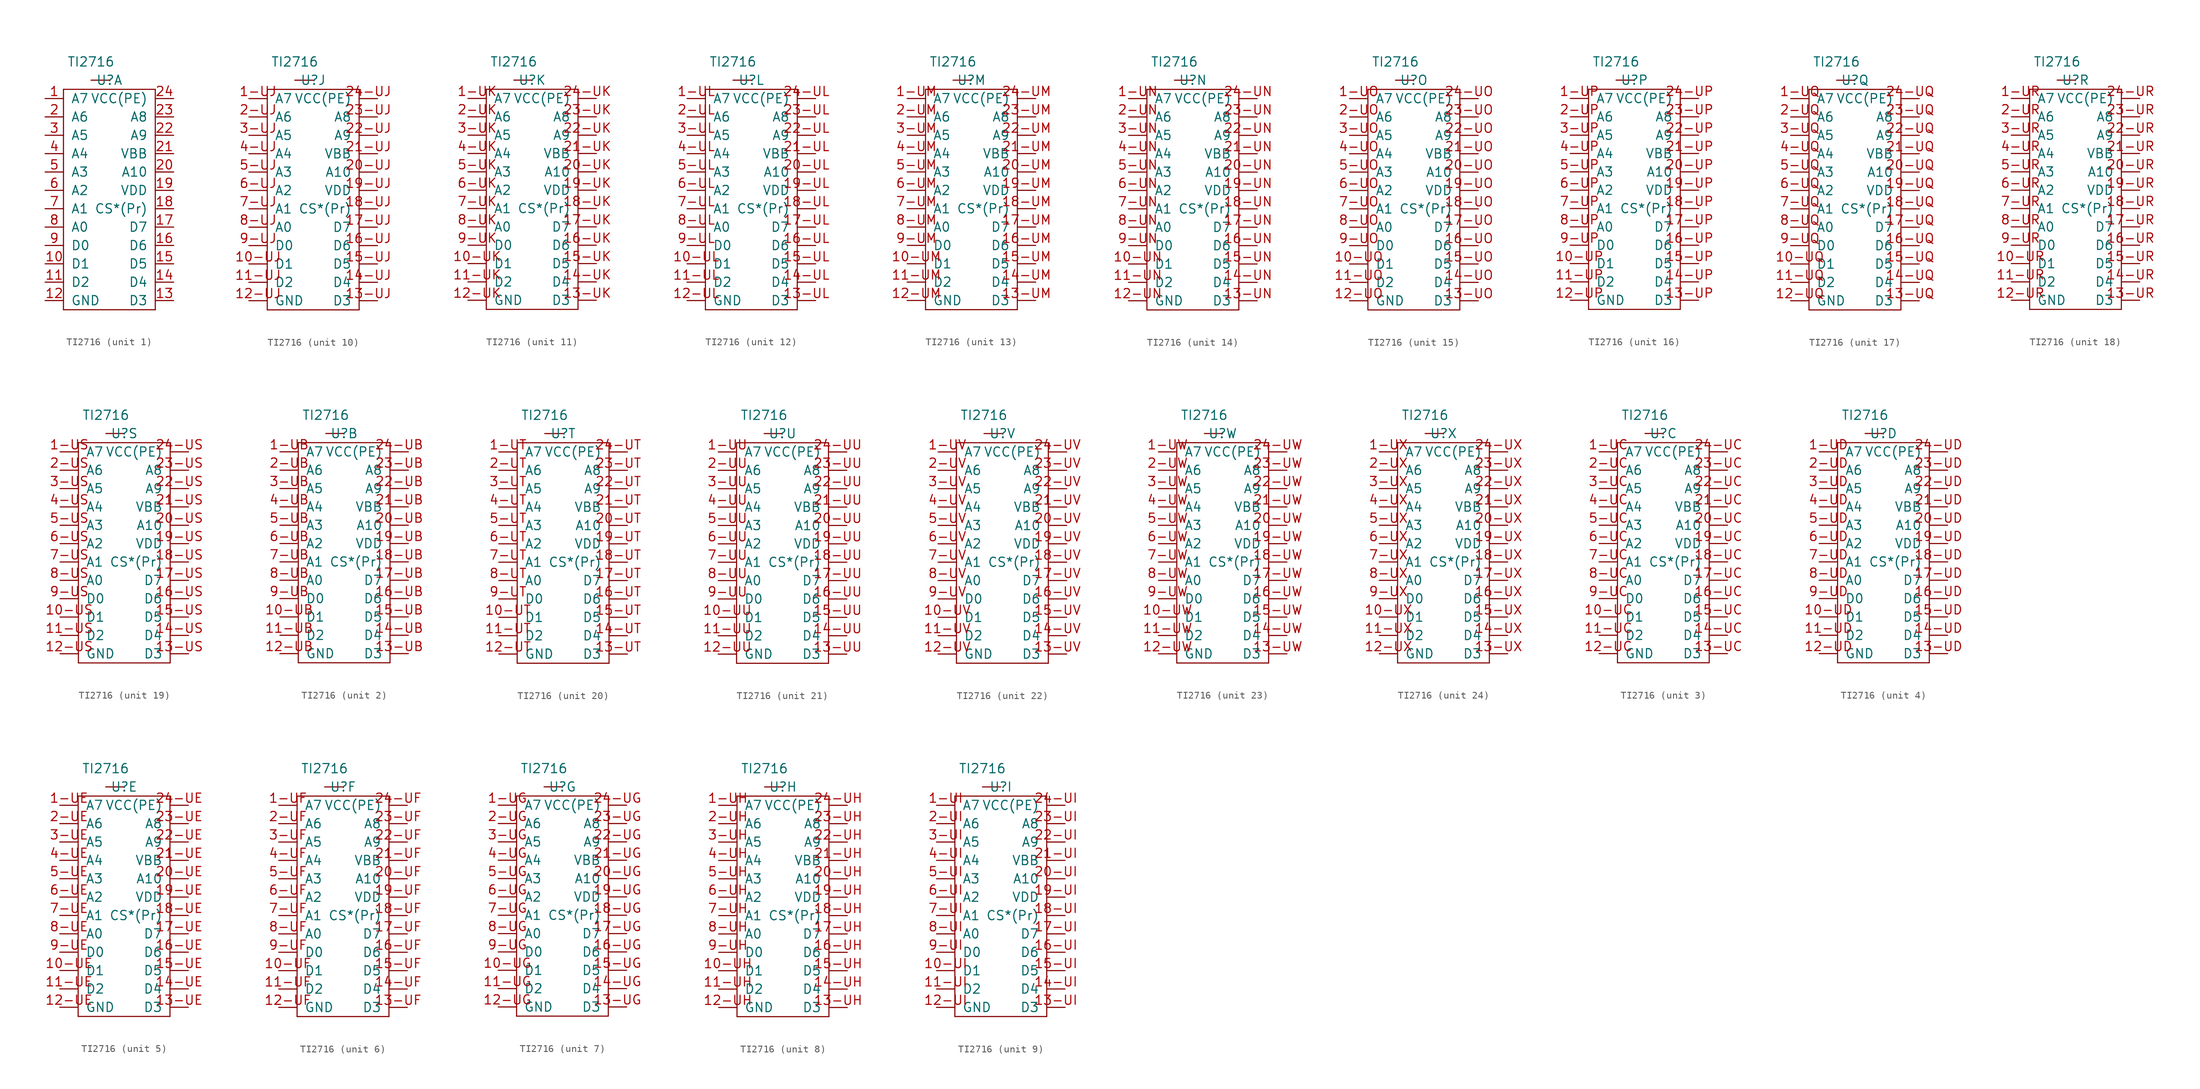
<source format=kicad_sym>
(kicad_symbol_lib
  (version 20231120)
  (generator "kicad_symbol_editor")
  (generator_version "8.0")
  (symbol "TI2716"
    (pin_names
      (offset 1.016))
    (property "Reference" "U"
      (at 0 0 0)
      (effects (font (size 1.27 1.27))))
    (property "Value" "TI2716"
      (at -2.54 2.54 0)
      (effects (font (size 1.27 1.27))))
    (symbol "TI2716_0_1"
      (rectangle (start -6.35 -31.75) (end 6.35 -31.75) (stroke (width 0) (type default)) (fill (type none)))
      (rectangle (start -6.35 -1.27) (end -6.35 -31.75) (stroke (width 0) (type default)) (fill (type none)))
      (rectangle (start 0 0) (end -2.54 0) (stroke (width 0) (type default)) (fill (type none)))
      (rectangle (start 6.35 -1.27) (end -6.35 -1.27) (stroke (width 0) (type default)) (fill (type none)))
      (rectangle (start 6.35 -1.27) (end 6.35 -31.75) (stroke (width 0) (type default)) (fill (type none))))
    (symbol "TI2716_1_1"
      (pin input line (at -8.89 -2.54 0) (length 2.54) (name "A7" (effects (font (size 1.27 1.27)))) (number "1" (effects (font (size 1.27 1.27)))))
      (pin bidirectional line (at -8.89 -25.4 0) (length 2.54) (name "D1" (effects (font (size 1.27 1.27)))) (number "10" (effects (font (size 1.27 1.27)))))
      (pin bidirectional line (at -8.89 -27.94 0) (length 2.54) (name "D2" (effects (font (size 1.27 1.27)))) (number "11" (effects (font (size 1.27 1.27)))))
      (pin power_in line (at -8.89 -30.48 0) (length 2.54) (name "GND" (effects (font (size 1.27 1.27)))) (number "12" (effects (font (size 1.27 1.27)))))
      (pin bidirectional line (at 8.89 -30.48 180) (length 2.54) (name "D3" (effects (font (size 1.27 1.27)))) (number "13" (effects (font (size 1.27 1.27)))))
      (pin bidirectional line (at 8.89 -27.94 180) (length 2.54) (name "D4" (effects (font (size 1.27 1.27)))) (number "14" (effects (font (size 1.27 1.27)))))
      (pin bidirectional line (at 8.89 -25.4 180) (length 2.54) (name "D5" (effects (font (size 1.27 1.27)))) (number "15" (effects (font (size 1.27 1.27)))))
      (pin bidirectional line (at 8.89 -22.86 180) (length 2.54) (name "D6" (effects (font (size 1.27 1.27)))) (number "16" (effects (font (size 1.27 1.27)))))
      (pin bidirectional line (at 8.89 -20.32 180) (length 2.54) (name "D7" (effects (font (size 1.27 1.27)))) (number "17" (effects (font (size 1.27 1.27)))))
      (pin input line (at 8.89 -17.78 180) (length 2.54) (name "CS*(Pr)" (effects (font (size 1.27 1.27)))) (number "18" (effects (font (size 1.27 1.27)))))
      (pin input line (at 8.89 -15.24 180) (length 2.54) (name "VDD" (effects (font (size 1.27 1.27)))) (number "19" (effects (font (size 1.27 1.27)))))
      (pin input line (at -8.89 -5.08 0) (length 2.54) (name "A6" (effects (font (size 1.27 1.27)))) (number "2" (effects (font (size 1.27 1.27)))))
      (pin input line (at 8.89 -12.7 180) (length 2.54) (name "A10" (effects (font (size 1.27 1.27)))) (number "20" (effects (font (size 1.27 1.27)))))
      (pin input line (at 8.89 -10.16 180) (length 2.54) (name "VBB" (effects (font (size 1.27 1.27)))) (number "21" (effects (font (size 1.27 1.27)))))
      (pin input line (at 8.89 -7.62 180) (length 2.54) (name "A9" (effects (font (size 1.27 1.27)))) (number "22" (effects (font (size 1.27 1.27)))))
      (pin input line (at 8.89 -5.08 180) (length 2.54) (name "A8" (effects (font (size 1.27 1.27)))) (number "23" (effects (font (size 1.27 1.27)))))
      (pin power_in line (at 8.89 -2.54 180) (length 2.54) (name "VCC(PE)" (effects (font (size 1.27 1.27)))) (number "24" (effects (font (size 1.27 1.27)))))
      (pin input line (at -8.89 -7.62 0) (length 2.54) (name "A5" (effects (font (size 1.27 1.27)))) (number "3" (effects (font (size 1.27 1.27)))))
      (pin input line (at -8.89 -10.16 0) (length 2.54) (name "A4" (effects (font (size 1.27 1.27)))) (number "4" (effects (font (size 1.27 1.27)))))
      (pin input line (at -8.89 -12.7 0) (length 2.54) (name "A3" (effects (font (size 1.27 1.27)))) (number "5" (effects (font (size 1.27 1.27)))))
      (pin input line (at -8.89 -15.24 0) (length 2.54) (name "A2" (effects (font (size 1.27 1.27)))) (number "6" (effects (font (size 1.27 1.27)))))
      (pin input line (at -8.89 -17.78 0) (length 2.54) (name "A1" (effects (font (size 1.27 1.27)))) (number "7" (effects (font (size 1.27 1.27)))))
      (pin input line (at -8.89 -20.32 0) (length 2.54) (name "A0" (effects (font (size 1.27 1.27)))) (number "8" (effects (font (size 1.27 1.27)))))
      (pin bidirectional line (at -8.89 -22.86 0) (length 2.54) (name "D0" (effects (font (size 1.27 1.27)))) (number "9" (effects (font (size 1.27 1.27))))))
    (symbol "TI2716_2_1"
      (pin input line (at -8.89 -2.54 0) (length 2.54) (name "A7" (effects (font (size 1.27 1.27)))) (number "1-UB" (effects (font (size 1.27 1.27)))))
      (pin bidirectional line (at -8.89 -25.4 0) (length 2.54) (name "D1" (effects (font (size 1.27 1.27)))) (number "10-UB" (effects (font (size 1.27 1.27)))))
      (pin bidirectional line (at -8.89 -27.94 0) (length 2.54) (name "D2" (effects (font (size 1.27 1.27)))) (number "11-UB" (effects (font (size 1.27 1.27)))))
      (pin power_in line (at -8.89 -30.48 0) (length 2.54) (name "GND" (effects (font (size 1.27 1.27)))) (number "12-UB" (effects (font (size 1.27 1.27)))))
      (pin bidirectional line (at 8.89 -30.48 180) (length 2.54) (name "D3" (effects (font (size 1.27 1.27)))) (number "13-UB" (effects (font (size 1.27 1.27)))))
      (pin bidirectional line (at 8.89 -27.94 180) (length 2.54) (name "D4" (effects (font (size 1.27 1.27)))) (number "14-UB" (effects (font (size 1.27 1.27)))))
      (pin bidirectional line (at 8.89 -25.4 180) (length 2.54) (name "D5" (effects (font (size 1.27 1.27)))) (number "15-UB" (effects (font (size 1.27 1.27)))))
      (pin bidirectional line (at 8.89 -22.86 180) (length 2.54) (name "D6" (effects (font (size 1.27 1.27)))) (number "16-UB" (effects (font (size 1.27 1.27)))))
      (pin bidirectional line (at 8.89 -20.32 180) (length 2.54) (name "D7" (effects (font (size 1.27 1.27)))) (number "17-UB" (effects (font (size 1.27 1.27)))))
      (pin input line (at 8.89 -17.78 180) (length 2.54) (name "CS*(Pr)" (effects (font (size 1.27 1.27)))) (number "18-UB" (effects (font (size 1.27 1.27)))))
      (pin input line (at 8.89 -15.24 180) (length 2.54) (name "VDD" (effects (font (size 1.27 1.27)))) (number "19-UB" (effects (font (size 1.27 1.27)))))
      (pin input line (at -8.89 -5.08 0) (length 2.54) (name "A6" (effects (font (size 1.27 1.27)))) (number "2-UB" (effects (font (size 1.27 1.27)))))
      (pin input line (at 8.89 -12.7 180) (length 2.54) (name "A10" (effects (font (size 1.27 1.27)))) (number "20-UB" (effects (font (size 1.27 1.27)))))
      (pin input line (at 8.89 -10.16 180) (length 2.54) (name "VBB" (effects (font (size 1.27 1.27)))) (number "21-UB" (effects (font (size 1.27 1.27)))))
      (pin input line (at 8.89 -7.62 180) (length 2.54) (name "A9" (effects (font (size 1.27 1.27)))) (number "22-UB" (effects (font (size 1.27 1.27)))))
      (pin input line (at 8.89 -5.08 180) (length 2.54) (name "A8" (effects (font (size 1.27 1.27)))) (number "23-UB" (effects (font (size 1.27 1.27)))))
      (pin power_in line (at 8.89 -2.54 180) (length 2.54) (name "VCC(PE)" (effects (font (size 1.27 1.27)))) (number "24-UB" (effects (font (size 1.27 1.27)))))
      (pin input line (at -8.89 -7.62 0) (length 2.54) (name "A5" (effects (font (size 1.27 1.27)))) (number "3-UB" (effects (font (size 1.27 1.27)))))
      (pin input line (at -8.89 -10.16 0) (length 2.54) (name "A4" (effects (font (size 1.27 1.27)))) (number "4-UB" (effects (font (size 1.27 1.27)))))
      (pin input line (at -8.89 -12.7 0) (length 2.54) (name "A3" (effects (font (size 1.27 1.27)))) (number "5-UB" (effects (font (size 1.27 1.27)))))
      (pin input line (at -8.89 -15.24 0) (length 2.54) (name "A2" (effects (font (size 1.27 1.27)))) (number "6-UB" (effects (font (size 1.27 1.27)))))
      (pin input line (at -8.89 -17.78 0) (length 2.54) (name "A1" (effects (font (size 1.27 1.27)))) (number "7-UB" (effects (font (size 1.27 1.27)))))
      (pin input line (at -8.89 -20.32 0) (length 2.54) (name "A0" (effects (font (size 1.27 1.27)))) (number "8-UB" (effects (font (size 1.27 1.27)))))
      (pin bidirectional line (at -8.89 -22.86 0) (length 2.54) (name "D0" (effects (font (size 1.27 1.27)))) (number "9-UB" (effects (font (size 1.27 1.27))))))
    (symbol "TI2716_3_1"
      (pin input line (at -8.89 -2.54 0) (length 2.54) (name "A7" (effects (font (size 1.27 1.27)))) (number "1-UC" (effects (font (size 1.27 1.27)))))
      (pin bidirectional line (at -8.89 -25.4 0) (length 2.54) (name "D1" (effects (font (size 1.27 1.27)))) (number "10-UC" (effects (font (size 1.27 1.27)))))
      (pin bidirectional line (at -8.89 -27.94 0) (length 2.54) (name "D2" (effects (font (size 1.27 1.27)))) (number "11-UC" (effects (font (size 1.27 1.27)))))
      (pin power_in line (at -8.89 -30.48 0) (length 2.54) (name "GND" (effects (font (size 1.27 1.27)))) (number "12-UC" (effects (font (size 1.27 1.27)))))
      (pin bidirectional line (at 8.89 -30.48 180) (length 2.54) (name "D3" (effects (font (size 1.27 1.27)))) (number "13-UC" (effects (font (size 1.27 1.27)))))
      (pin bidirectional line (at 8.89 -27.94 180) (length 2.54) (name "D4" (effects (font (size 1.27 1.27)))) (number "14-UC" (effects (font (size 1.27 1.27)))))
      (pin bidirectional line (at 8.89 -25.4 180) (length 2.54) (name "D5" (effects (font (size 1.27 1.27)))) (number "15-UC" (effects (font (size 1.27 1.27)))))
      (pin bidirectional line (at 8.89 -22.86 180) (length 2.54) (name "D6" (effects (font (size 1.27 1.27)))) (number "16-UC" (effects (font (size 1.27 1.27)))))
      (pin bidirectional line (at 8.89 -20.32 180) (length 2.54) (name "D7" (effects (font (size 1.27 1.27)))) (number "17-UC" (effects (font (size 1.27 1.27)))))
      (pin input line (at 8.89 -17.78 180) (length 2.54) (name "CS*(Pr)" (effects (font (size 1.27 1.27)))) (number "18-UC" (effects (font (size 1.27 1.27)))))
      (pin input line (at 8.89 -15.24 180) (length 2.54) (name "VDD" (effects (font (size 1.27 1.27)))) (number "19-UC" (effects (font (size 1.27 1.27)))))
      (pin input line (at -8.89 -5.08 0) (length 2.54) (name "A6" (effects (font (size 1.27 1.27)))) (number "2-UC" (effects (font (size 1.27 1.27)))))
      (pin input line (at 8.89 -12.7 180) (length 2.54) (name "A10" (effects (font (size 1.27 1.27)))) (number "20-UC" (effects (font (size 1.27 1.27)))))
      (pin input line (at 8.89 -10.16 180) (length 2.54) (name "VBB" (effects (font (size 1.27 1.27)))) (number "21-UC" (effects (font (size 1.27 1.27)))))
      (pin input line (at 8.89 -7.62 180) (length 2.54) (name "A9" (effects (font (size 1.27 1.27)))) (number "22-UC" (effects (font (size 1.27 1.27)))))
      (pin input line (at 8.89 -5.08 180) (length 2.54) (name "A8" (effects (font (size 1.27 1.27)))) (number "23-UC" (effects (font (size 1.27 1.27)))))
      (pin power_in line (at 8.89 -2.54 180) (length 2.54) (name "VCC(PE)" (effects (font (size 1.27 1.27)))) (number "24-UC" (effects (font (size 1.27 1.27)))))
      (pin input line (at -8.89 -7.62 0) (length 2.54) (name "A5" (effects (font (size 1.27 1.27)))) (number "3-UC" (effects (font (size 1.27 1.27)))))
      (pin input line (at -8.89 -10.16 0) (length 2.54) (name "A4" (effects (font (size 1.27 1.27)))) (number "4-UC" (effects (font (size 1.27 1.27)))))
      (pin input line (at -8.89 -12.7 0) (length 2.54) (name "A3" (effects (font (size 1.27 1.27)))) (number "5-UC" (effects (font (size 1.27 1.27)))))
      (pin input line (at -8.89 -15.24 0) (length 2.54) (name "A2" (effects (font (size 1.27 1.27)))) (number "6-UC" (effects (font (size 1.27 1.27)))))
      (pin input line (at -8.89 -17.78 0) (length 2.54) (name "A1" (effects (font (size 1.27 1.27)))) (number "7-UC" (effects (font (size 1.27 1.27)))))
      (pin input line (at -8.89 -20.32 0) (length 2.54) (name "A0" (effects (font (size 1.27 1.27)))) (number "8-UC" (effects (font (size 1.27 1.27)))))
      (pin bidirectional line (at -8.89 -22.86 0) (length 2.54) (name "D0" (effects (font (size 1.27 1.27)))) (number "9-UC" (effects (font (size 1.27 1.27))))))
    (symbol "TI2716_4_1"
      (pin input line (at -8.89 -2.54 0) (length 2.54) (name "A7" (effects (font (size 1.27 1.27)))) (number "1-UD" (effects (font (size 1.27 1.27)))))
      (pin bidirectional line (at -8.89 -25.4 0) (length 2.54) (name "D1" (effects (font (size 1.27 1.27)))) (number "10-UD" (effects (font (size 1.27 1.27)))))
      (pin bidirectional line (at -8.89 -27.94 0) (length 2.54) (name "D2" (effects (font (size 1.27 1.27)))) (number "11-UD" (effects (font (size 1.27 1.27)))))
      (pin power_in line (at -8.89 -30.48 0) (length 2.54) (name "GND" (effects (font (size 1.27 1.27)))) (number "12-UD" (effects (font (size 1.27 1.27)))))
      (pin bidirectional line (at 8.89 -30.48 180) (length 2.54) (name "D3" (effects (font (size 1.27 1.27)))) (number "13-UD" (effects (font (size 1.27 1.27)))))
      (pin bidirectional line (at 8.89 -27.94 180) (length 2.54) (name "D4" (effects (font (size 1.27 1.27)))) (number "14-UD" (effects (font (size 1.27 1.27)))))
      (pin bidirectional line (at 8.89 -25.4 180) (length 2.54) (name "D5" (effects (font (size 1.27 1.27)))) (number "15-UD" (effects (font (size 1.27 1.27)))))
      (pin bidirectional line (at 8.89 -22.86 180) (length 2.54) (name "D6" (effects (font (size 1.27 1.27)))) (number "16-UD" (effects (font (size 1.27 1.27)))))
      (pin bidirectional line (at 8.89 -20.32 180) (length 2.54) (name "D7" (effects (font (size 1.27 1.27)))) (number "17-UD" (effects (font (size 1.27 1.27)))))
      (pin input line (at 8.89 -17.78 180) (length 2.54) (name "CS*(Pr)" (effects (font (size 1.27 1.27)))) (number "18-UD" (effects (font (size 1.27 1.27)))))
      (pin input line (at 8.89 -15.24 180) (length 2.54) (name "VDD" (effects (font (size 1.27 1.27)))) (number "19-UD" (effects (font (size 1.27 1.27)))))
      (pin input line (at -8.89 -5.08 0) (length 2.54) (name "A6" (effects (font (size 1.27 1.27)))) (number "2-UD" (effects (font (size 1.27 1.27)))))
      (pin input line (at 8.89 -12.7 180) (length 2.54) (name "A10" (effects (font (size 1.27 1.27)))) (number "20-UD" (effects (font (size 1.27 1.27)))))
      (pin input line (at 8.89 -10.16 180) (length 2.54) (name "VBB" (effects (font (size 1.27 1.27)))) (number "21-UD" (effects (font (size 1.27 1.27)))))
      (pin input line (at 8.89 -7.62 180) (length 2.54) (name "A9" (effects (font (size 1.27 1.27)))) (number "22-UD" (effects (font (size 1.27 1.27)))))
      (pin input line (at 8.89 -5.08 180) (length 2.54) (name "A8" (effects (font (size 1.27 1.27)))) (number "23-UD" (effects (font (size 1.27 1.27)))))
      (pin power_in line (at 8.89 -2.54 180) (length 2.54) (name "VCC(PE)" (effects (font (size 1.27 1.27)))) (number "24-UD" (effects (font (size 1.27 1.27)))))
      (pin input line (at -8.89 -7.62 0) (length 2.54) (name "A5" (effects (font (size 1.27 1.27)))) (number "3-UD" (effects (font (size 1.27 1.27)))))
      (pin input line (at -8.89 -10.16 0) (length 2.54) (name "A4" (effects (font (size 1.27 1.27)))) (number "4-UD" (effects (font (size 1.27 1.27)))))
      (pin input line (at -8.89 -12.7 0) (length 2.54) (name "A3" (effects (font (size 1.27 1.27)))) (number "5-UD" (effects (font (size 1.27 1.27)))))
      (pin input line (at -8.89 -15.24 0) (length 2.54) (name "A2" (effects (font (size 1.27 1.27)))) (number "6-UD" (effects (font (size 1.27 1.27)))))
      (pin input line (at -8.89 -17.78 0) (length 2.54) (name "A1" (effects (font (size 1.27 1.27)))) (number "7-UD" (effects (font (size 1.27 1.27)))))
      (pin input line (at -8.89 -20.32 0) (length 2.54) (name "A0" (effects (font (size 1.27 1.27)))) (number "8-UD" (effects (font (size 1.27 1.27)))))
      (pin bidirectional line (at -8.89 -22.86 0) (length 2.54) (name "D0" (effects (font (size 1.27 1.27)))) (number "9-UD" (effects (font (size 1.27 1.27))))))
    (symbol "TI2716_5_1"
      (pin input line (at -8.89 -2.54 0) (length 2.54) (name "A7" (effects (font (size 1.27 1.27)))) (number "1-UE" (effects (font (size 1.27 1.27)))))
      (pin bidirectional line (at -8.89 -25.4 0) (length 2.54) (name "D1" (effects (font (size 1.27 1.27)))) (number "10-UE" (effects (font (size 1.27 1.27)))))
      (pin bidirectional line (at -8.89 -27.94 0) (length 2.54) (name "D2" (effects (font (size 1.27 1.27)))) (number "11-UE" (effects (font (size 1.27 1.27)))))
      (pin power_in line (at -8.89 -30.48 0) (length 2.54) (name "GND" (effects (font (size 1.27 1.27)))) (number "12-UE" (effects (font (size 1.27 1.27)))))
      (pin bidirectional line (at 8.89 -30.48 180) (length 2.54) (name "D3" (effects (font (size 1.27 1.27)))) (number "13-UE" (effects (font (size 1.27 1.27)))))
      (pin bidirectional line (at 8.89 -27.94 180) (length 2.54) (name "D4" (effects (font (size 1.27 1.27)))) (number "14-UE" (effects (font (size 1.27 1.27)))))
      (pin bidirectional line (at 8.89 -25.4 180) (length 2.54) (name "D5" (effects (font (size 1.27 1.27)))) (number "15-UE" (effects (font (size 1.27 1.27)))))
      (pin bidirectional line (at 8.89 -22.86 180) (length 2.54) (name "D6" (effects (font (size 1.27 1.27)))) (number "16-UE" (effects (font (size 1.27 1.27)))))
      (pin bidirectional line (at 8.89 -20.32 180) (length 2.54) (name "D7" (effects (font (size 1.27 1.27)))) (number "17-UE" (effects (font (size 1.27 1.27)))))
      (pin input line (at 8.89 -17.78 180) (length 2.54) (name "CS*(Pr)" (effects (font (size 1.27 1.27)))) (number "18-UE" (effects (font (size 1.27 1.27)))))
      (pin input line (at 8.89 -15.24 180) (length 2.54) (name "VDD" (effects (font (size 1.27 1.27)))) (number "19-UE" (effects (font (size 1.27 1.27)))))
      (pin input line (at -8.89 -5.08 0) (length 2.54) (name "A6" (effects (font (size 1.27 1.27)))) (number "2-UE" (effects (font (size 1.27 1.27)))))
      (pin input line (at 8.89 -12.7 180) (length 2.54) (name "A10" (effects (font (size 1.27 1.27)))) (number "20-UE" (effects (font (size 1.27 1.27)))))
      (pin input line (at 8.89 -10.16 180) (length 2.54) (name "VBB" (effects (font (size 1.27 1.27)))) (number "21-UE" (effects (font (size 1.27 1.27)))))
      (pin input line (at 8.89 -7.62 180) (length 2.54) (name "A9" (effects (font (size 1.27 1.27)))) (number "22-UE" (effects (font (size 1.27 1.27)))))
      (pin input line (at 8.89 -5.08 180) (length 2.54) (name "A8" (effects (font (size 1.27 1.27)))) (number "23-UE" (effects (font (size 1.27 1.27)))))
      (pin power_in line (at 8.89 -2.54 180) (length 2.54) (name "VCC(PE)" (effects (font (size 1.27 1.27)))) (number "24-UE" (effects (font (size 1.27 1.27)))))
      (pin input line (at -8.89 -7.62 0) (length 2.54) (name "A5" (effects (font (size 1.27 1.27)))) (number "3-UE" (effects (font (size 1.27 1.27)))))
      (pin input line (at -8.89 -10.16 0) (length 2.54) (name "A4" (effects (font (size 1.27 1.27)))) (number "4-UE" (effects (font (size 1.27 1.27)))))
      (pin input line (at -8.89 -12.7 0) (length 2.54) (name "A3" (effects (font (size 1.27 1.27)))) (number "5-UE" (effects (font (size 1.27 1.27)))))
      (pin input line (at -8.89 -15.24 0) (length 2.54) (name "A2" (effects (font (size 1.27 1.27)))) (number "6-UE" (effects (font (size 1.27 1.27)))))
      (pin input line (at -8.89 -17.78 0) (length 2.54) (name "A1" (effects (font (size 1.27 1.27)))) (number "7-UE" (effects (font (size 1.27 1.27)))))
      (pin input line (at -8.89 -20.32 0) (length 2.54) (name "A0" (effects (font (size 1.27 1.27)))) (number "8-UE" (effects (font (size 1.27 1.27)))))
      (pin bidirectional line (at -8.89 -22.86 0) (length 2.54) (name "D0" (effects (font (size 1.27 1.27)))) (number "9-UE" (effects (font (size 1.27 1.27))))))
    (symbol "TI2716_6_1"
      (pin input line (at -8.89 -2.54 0) (length 2.54) (name "A7" (effects (font (size 1.27 1.27)))) (number "1-UF" (effects (font (size 1.27 1.27)))))
      (pin bidirectional line (at -8.89 -25.4 0) (length 2.54) (name "D1" (effects (font (size 1.27 1.27)))) (number "10-UF" (effects (font (size 1.27 1.27)))))
      (pin bidirectional line (at -8.89 -27.94 0) (length 2.54) (name "D2" (effects (font (size 1.27 1.27)))) (number "11-UF" (effects (font (size 1.27 1.27)))))
      (pin power_in line (at -8.89 -30.48 0) (length 2.54) (name "GND" (effects (font (size 1.27 1.27)))) (number "12-UF" (effects (font (size 1.27 1.27)))))
      (pin bidirectional line (at 8.89 -30.48 180) (length 2.54) (name "D3" (effects (font (size 1.27 1.27)))) (number "13-UF" (effects (font (size 1.27 1.27)))))
      (pin bidirectional line (at 8.89 -27.94 180) (length 2.54) (name "D4" (effects (font (size 1.27 1.27)))) (number "14-UF" (effects (font (size 1.27 1.27)))))
      (pin bidirectional line (at 8.89 -25.4 180) (length 2.54) (name "D5" (effects (font (size 1.27 1.27)))) (number "15-UF" (effects (font (size 1.27 1.27)))))
      (pin bidirectional line (at 8.89 -22.86 180) (length 2.54) (name "D6" (effects (font (size 1.27 1.27)))) (number "16-UF" (effects (font (size 1.27 1.27)))))
      (pin bidirectional line (at 8.89 -20.32 180) (length 2.54) (name "D7" (effects (font (size 1.27 1.27)))) (number "17-UF" (effects (font (size 1.27 1.27)))))
      (pin input line (at 8.89 -17.78 180) (length 2.54) (name "CS*(Pr)" (effects (font (size 1.27 1.27)))) (number "18-UF" (effects (font (size 1.27 1.27)))))
      (pin input line (at 8.89 -15.24 180) (length 2.54) (name "VDD" (effects (font (size 1.27 1.27)))) (number "19-UF" (effects (font (size 1.27 1.27)))))
      (pin input line (at -8.89 -5.08 0) (length 2.54) (name "A6" (effects (font (size 1.27 1.27)))) (number "2-UF" (effects (font (size 1.27 1.27)))))
      (pin input line (at 8.89 -12.7 180) (length 2.54) (name "A10" (effects (font (size 1.27 1.27)))) (number "20-UF" (effects (font (size 1.27 1.27)))))
      (pin input line (at 8.89 -10.16 180) (length 2.54) (name "VBB" (effects (font (size 1.27 1.27)))) (number "21-UF" (effects (font (size 1.27 1.27)))))
      (pin input line (at 8.89 -7.62 180) (length 2.54) (name "A9" (effects (font (size 1.27 1.27)))) (number "22-UF" (effects (font (size 1.27 1.27)))))
      (pin input line (at 8.89 -5.08 180) (length 2.54) (name "A8" (effects (font (size 1.27 1.27)))) (number "23-UF" (effects (font (size 1.27 1.27)))))
      (pin power_in line (at 8.89 -2.54 180) (length 2.54) (name "VCC(PE)" (effects (font (size 1.27 1.27)))) (number "24-UF" (effects (font (size 1.27 1.27)))))
      (pin input line (at -8.89 -7.62 0) (length 2.54) (name "A5" (effects (font (size 1.27 1.27)))) (number "3-UF" (effects (font (size 1.27 1.27)))))
      (pin input line (at -8.89 -10.16 0) (length 2.54) (name "A4" (effects (font (size 1.27 1.27)))) (number "4-UF" (effects (font (size 1.27 1.27)))))
      (pin input line (at -8.89 -12.7 0) (length 2.54) (name "A3" (effects (font (size 1.27 1.27)))) (number "5-UF" (effects (font (size 1.27 1.27)))))
      (pin input line (at -8.89 -15.24 0) (length 2.54) (name "A2" (effects (font (size 1.27 1.27)))) (number "6-UF" (effects (font (size 1.27 1.27)))))
      (pin input line (at -8.89 -17.78 0) (length 2.54) (name "A1" (effects (font (size 1.27 1.27)))) (number "7-UF" (effects (font (size 1.27 1.27)))))
      (pin input line (at -8.89 -20.32 0) (length 2.54) (name "A0" (effects (font (size 1.27 1.27)))) (number "8-UF" (effects (font (size 1.27 1.27)))))
      (pin bidirectional line (at -8.89 -22.86 0) (length 2.54) (name "D0" (effects (font (size 1.27 1.27)))) (number "9-UF" (effects (font (size 1.27 1.27))))))
    (symbol "TI2716_7_1"
      (pin input line (at -8.89 -2.54 0) (length 2.54) (name "A7" (effects (font (size 1.27 1.27)))) (number "1-UG" (effects (font (size 1.27 1.27)))))
      (pin bidirectional line (at -8.89 -25.4 0) (length 2.54) (name "D1" (effects (font (size 1.27 1.27)))) (number "10-UG" (effects (font (size 1.27 1.27)))))
      (pin bidirectional line (at -8.89 -27.94 0) (length 2.54) (name "D2" (effects (font (size 1.27 1.27)))) (number "11-UG" (effects (font (size 1.27 1.27)))))
      (pin power_in line (at -8.89 -30.48 0) (length 2.54) (name "GND" (effects (font (size 1.27 1.27)))) (number "12-UG" (effects (font (size 1.27 1.27)))))
      (pin bidirectional line (at 8.89 -30.48 180) (length 2.54) (name "D3" (effects (font (size 1.27 1.27)))) (number "13-UG" (effects (font (size 1.27 1.27)))))
      (pin bidirectional line (at 8.89 -27.94 180) (length 2.54) (name "D4" (effects (font (size 1.27 1.27)))) (number "14-UG" (effects (font (size 1.27 1.27)))))
      (pin bidirectional line (at 8.89 -25.4 180) (length 2.54) (name "D5" (effects (font (size 1.27 1.27)))) (number "15-UG" (effects (font (size 1.27 1.27)))))
      (pin bidirectional line (at 8.89 -22.86 180) (length 2.54) (name "D6" (effects (font (size 1.27 1.27)))) (number "16-UG" (effects (font (size 1.27 1.27)))))
      (pin bidirectional line (at 8.89 -20.32 180) (length 2.54) (name "D7" (effects (font (size 1.27 1.27)))) (number "17-UG" (effects (font (size 1.27 1.27)))))
      (pin input line (at 8.89 -17.78 180) (length 2.54) (name "CS*(Pr)" (effects (font (size 1.27 1.27)))) (number "18-UG" (effects (font (size 1.27 1.27)))))
      (pin input line (at 8.89 -15.24 180) (length 2.54) (name "VDD" (effects (font (size 1.27 1.27)))) (number "19-UG" (effects (font (size 1.27 1.27)))))
      (pin input line (at -8.89 -5.08 0) (length 2.54) (name "A6" (effects (font (size 1.27 1.27)))) (number "2-UG" (effects (font (size 1.27 1.27)))))
      (pin input line (at 8.89 -12.7 180) (length 2.54) (name "A10" (effects (font (size 1.27 1.27)))) (number "20-UG" (effects (font (size 1.27 1.27)))))
      (pin input line (at 8.89 -10.16 180) (length 2.54) (name "VBB" (effects (font (size 1.27 1.27)))) (number "21-UG" (effects (font (size 1.27 1.27)))))
      (pin input line (at 8.89 -7.62 180) (length 2.54) (name "A9" (effects (font (size 1.27 1.27)))) (number "22-UG" (effects (font (size 1.27 1.27)))))
      (pin input line (at 8.89 -5.08 180) (length 2.54) (name "A8" (effects (font (size 1.27 1.27)))) (number "23-UG" (effects (font (size 1.27 1.27)))))
      (pin power_in line (at 8.89 -2.54 180) (length 2.54) (name "VCC(PE)" (effects (font (size 1.27 1.27)))) (number "24-UG" (effects (font (size 1.27 1.27)))))
      (pin input line (at -8.89 -7.62 0) (length 2.54) (name "A5" (effects (font (size 1.27 1.27)))) (number "3-UG" (effects (font (size 1.27 1.27)))))
      (pin input line (at -8.89 -10.16 0) (length 2.54) (name "A4" (effects (font (size 1.27 1.27)))) (number "4-UG" (effects (font (size 1.27 1.27)))))
      (pin input line (at -8.89 -12.7 0) (length 2.54) (name "A3" (effects (font (size 1.27 1.27)))) (number "5-UG" (effects (font (size 1.27 1.27)))))
      (pin input line (at -8.89 -15.24 0) (length 2.54) (name "A2" (effects (font (size 1.27 1.27)))) (number "6-UG" (effects (font (size 1.27 1.27)))))
      (pin input line (at -8.89 -17.78 0) (length 2.54) (name "A1" (effects (font (size 1.27 1.27)))) (number "7-UG" (effects (font (size 1.27 1.27)))))
      (pin input line (at -8.89 -20.32 0) (length 2.54) (name "A0" (effects (font (size 1.27 1.27)))) (number "8-UG" (effects (font (size 1.27 1.27)))))
      (pin bidirectional line (at -8.89 -22.86 0) (length 2.54) (name "D0" (effects (font (size 1.27 1.27)))) (number "9-UG" (effects (font (size 1.27 1.27))))))
    (symbol "TI2716_8_1"
      (pin input line (at -8.89 -2.54 0) (length 2.54) (name "A7" (effects (font (size 1.27 1.27)))) (number "1-UH" (effects (font (size 1.27 1.27)))))
      (pin bidirectional line (at -8.89 -25.4 0) (length 2.54) (name "D1" (effects (font (size 1.27 1.27)))) (number "10-UH" (effects (font (size 1.27 1.27)))))
      (pin bidirectional line (at -8.89 -27.94 0) (length 2.54) (name "D2" (effects (font (size 1.27 1.27)))) (number "11-UH" (effects (font (size 1.27 1.27)))))
      (pin power_in line (at -8.89 -30.48 0) (length 2.54) (name "GND" (effects (font (size 1.27 1.27)))) (number "12-UH" (effects (font (size 1.27 1.27)))))
      (pin bidirectional line (at 8.89 -30.48 180) (length 2.54) (name "D3" (effects (font (size 1.27 1.27)))) (number "13-UH" (effects (font (size 1.27 1.27)))))
      (pin bidirectional line (at 8.89 -27.94 180) (length 2.54) (name "D4" (effects (font (size 1.27 1.27)))) (number "14-UH" (effects (font (size 1.27 1.27)))))
      (pin bidirectional line (at 8.89 -25.4 180) (length 2.54) (name "D5" (effects (font (size 1.27 1.27)))) (number "15-UH" (effects (font (size 1.27 1.27)))))
      (pin bidirectional line (at 8.89 -22.86 180) (length 2.54) (name "D6" (effects (font (size 1.27 1.27)))) (number "16-UH" (effects (font (size 1.27 1.27)))))
      (pin bidirectional line (at 8.89 -20.32 180) (length 2.54) (name "D7" (effects (font (size 1.27 1.27)))) (number "17-UH" (effects (font (size 1.27 1.27)))))
      (pin input line (at 8.89 -17.78 180) (length 2.54) (name "CS*(Pr)" (effects (font (size 1.27 1.27)))) (number "18-UH" (effects (font (size 1.27 1.27)))))
      (pin input line (at 8.89 -15.24 180) (length 2.54) (name "VDD" (effects (font (size 1.27 1.27)))) (number "19-UH" (effects (font (size 1.27 1.27)))))
      (pin input line (at -8.89 -5.08 0) (length 2.54) (name "A6" (effects (font (size 1.27 1.27)))) (number "2-UH" (effects (font (size 1.27 1.27)))))
      (pin input line (at 8.89 -12.7 180) (length 2.54) (name "A10" (effects (font (size 1.27 1.27)))) (number "20-UH" (effects (font (size 1.27 1.27)))))
      (pin input line (at 8.89 -10.16 180) (length 2.54) (name "VBB" (effects (font (size 1.27 1.27)))) (number "21-UH" (effects (font (size 1.27 1.27)))))
      (pin input line (at 8.89 -7.62 180) (length 2.54) (name "A9" (effects (font (size 1.27 1.27)))) (number "22-UH" (effects (font (size 1.27 1.27)))))
      (pin input line (at 8.89 -5.08 180) (length 2.54) (name "A8" (effects (font (size 1.27 1.27)))) (number "23-UH" (effects (font (size 1.27 1.27)))))
      (pin power_in line (at 8.89 -2.54 180) (length 2.54) (name "VCC(PE)" (effects (font (size 1.27 1.27)))) (number "24-UH" (effects (font (size 1.27 1.27)))))
      (pin input line (at -8.89 -7.62 0) (length 2.54) (name "A5" (effects (font (size 1.27 1.27)))) (number "3-UH" (effects (font (size 1.27 1.27)))))
      (pin input line (at -8.89 -10.16 0) (length 2.54) (name "A4" (effects (font (size 1.27 1.27)))) (number "4-UH" (effects (font (size 1.27 1.27)))))
      (pin input line (at -8.89 -12.7 0) (length 2.54) (name "A3" (effects (font (size 1.27 1.27)))) (number "5-UH" (effects (font (size 1.27 1.27)))))
      (pin input line (at -8.89 -15.24 0) (length 2.54) (name "A2" (effects (font (size 1.27 1.27)))) (number "6-UH" (effects (font (size 1.27 1.27)))))
      (pin input line (at -8.89 -17.78 0) (length 2.54) (name "A1" (effects (font (size 1.27 1.27)))) (number "7-UH" (effects (font (size 1.27 1.27)))))
      (pin input line (at -8.89 -20.32 0) (length 2.54) (name "A0" (effects (font (size 1.27 1.27)))) (number "8-UH" (effects (font (size 1.27 1.27)))))
      (pin bidirectional line (at -8.89 -22.86 0) (length 2.54) (name "D0" (effects (font (size 1.27 1.27)))) (number "9-UH" (effects (font (size 1.27 1.27))))))
    (symbol "TI2716_9_1"
      (pin input line (at -8.89 -2.54 0) (length 2.54) (name "A7" (effects (font (size 1.27 1.27)))) (number "1-UI" (effects (font (size 1.27 1.27)))))
      (pin bidirectional line (at -8.89 -25.4 0) (length 2.54) (name "D1" (effects (font (size 1.27 1.27)))) (number "10-UI" (effects (font (size 1.27 1.27)))))
      (pin bidirectional line (at -8.89 -27.94 0) (length 2.54) (name "D2" (effects (font (size 1.27 1.27)))) (number "11-UI" (effects (font (size 1.27 1.27)))))
      (pin power_in line (at -8.89 -30.48 0) (length 2.54) (name "GND" (effects (font (size 1.27 1.27)))) (number "12-UI" (effects (font (size 1.27 1.27)))))
      (pin bidirectional line (at 8.89 -30.48 180) (length 2.54) (name "D3" (effects (font (size 1.27 1.27)))) (number "13-UI" (effects (font (size 1.27 1.27)))))
      (pin bidirectional line (at 8.89 -27.94 180) (length 2.54) (name "D4" (effects (font (size 1.27 1.27)))) (number "14-UI" (effects (font (size 1.27 1.27)))))
      (pin bidirectional line (at 8.89 -25.4 180) (length 2.54) (name "D5" (effects (font (size 1.27 1.27)))) (number "15-UI" (effects (font (size 1.27 1.27)))))
      (pin bidirectional line (at 8.89 -22.86 180) (length 2.54) (name "D6" (effects (font (size 1.27 1.27)))) (number "16-UI" (effects (font (size 1.27 1.27)))))
      (pin bidirectional line (at 8.89 -20.32 180) (length 2.54) (name "D7" (effects (font (size 1.27 1.27)))) (number "17-UI" (effects (font (size 1.27 1.27)))))
      (pin input line (at 8.89 -17.78 180) (length 2.54) (name "CS*(Pr)" (effects (font (size 1.27 1.27)))) (number "18-UI" (effects (font (size 1.27 1.27)))))
      (pin input line (at 8.89 -15.24 180) (length 2.54) (name "VDD" (effects (font (size 1.27 1.27)))) (number "19-UI" (effects (font (size 1.27 1.27)))))
      (pin input line (at -8.89 -5.08 0) (length 2.54) (name "A6" (effects (font (size 1.27 1.27)))) (number "2-UI" (effects (font (size 1.27 1.27)))))
      (pin input line (at 8.89 -12.7 180) (length 2.54) (name "A10" (effects (font (size 1.27 1.27)))) (number "20-UI" (effects (font (size 1.27 1.27)))))
      (pin input line (at 8.89 -10.16 180) (length 2.54) (name "VBB" (effects (font (size 1.27 1.27)))) (number "21-UI" (effects (font (size 1.27 1.27)))))
      (pin input line (at 8.89 -7.62 180) (length 2.54) (name "A9" (effects (font (size 1.27 1.27)))) (number "22-UI" (effects (font (size 1.27 1.27)))))
      (pin input line (at 8.89 -5.08 180) (length 2.54) (name "A8" (effects (font (size 1.27 1.27)))) (number "23-UI" (effects (font (size 1.27 1.27)))))
      (pin power_in line (at 8.89 -2.54 180) (length 2.54) (name "VCC(PE)" (effects (font (size 1.27 1.27)))) (number "24-UI" (effects (font (size 1.27 1.27)))))
      (pin input line (at -8.89 -7.62 0) (length 2.54) (name "A5" (effects (font (size 1.27 1.27)))) (number "3-UI" (effects (font (size 1.27 1.27)))))
      (pin input line (at -8.89 -10.16 0) (length 2.54) (name "A4" (effects (font (size 1.27 1.27)))) (number "4-UI" (effects (font (size 1.27 1.27)))))
      (pin input line (at -8.89 -12.7 0) (length 2.54) (name "A3" (effects (font (size 1.27 1.27)))) (number "5-UI" (effects (font (size 1.27 1.27)))))
      (pin input line (at -8.89 -15.24 0) (length 2.54) (name "A2" (effects (font (size 1.27 1.27)))) (number "6-UI" (effects (font (size 1.27 1.27)))))
      (pin input line (at -8.89 -17.78 0) (length 2.54) (name "A1" (effects (font (size 1.27 1.27)))) (number "7-UI" (effects (font (size 1.27 1.27)))))
      (pin input line (at -8.89 -20.32 0) (length 2.54) (name "A0" (effects (font (size 1.27 1.27)))) (number "8-UI" (effects (font (size 1.27 1.27)))))
      (pin bidirectional line (at -8.89 -22.86 0) (length 2.54) (name "D0" (effects (font (size 1.27 1.27)))) (number "9-UI" (effects (font (size 1.27 1.27))))))
    (symbol "TI2716_10_1"
      (pin input line (at -8.89 -2.54 0) (length 2.54) (name "A7" (effects (font (size 1.27 1.27)))) (number "1-UJ" (effects (font (size 1.27 1.27)))))
      (pin bidirectional line (at -8.89 -25.4 0) (length 2.54) (name "D1" (effects (font (size 1.27 1.27)))) (number "10-UJ" (effects (font (size 1.27 1.27)))))
      (pin bidirectional line (at -8.89 -27.94 0) (length 2.54) (name "D2" (effects (font (size 1.27 1.27)))) (number "11-UJ" (effects (font (size 1.27 1.27)))))
      (pin power_in line (at -8.89 -30.48 0) (length 2.54) (name "GND" (effects (font (size 1.27 1.27)))) (number "12-UJ" (effects (font (size 1.27 1.27)))))
      (pin bidirectional line (at 8.89 -30.48 180) (length 2.54) (name "D3" (effects (font (size 1.27 1.27)))) (number "13-UJ" (effects (font (size 1.27 1.27)))))
      (pin bidirectional line (at 8.89 -27.94 180) (length 2.54) (name "D4" (effects (font (size 1.27 1.27)))) (number "14-UJ" (effects (font (size 1.27 1.27)))))
      (pin bidirectional line (at 8.89 -25.4 180) (length 2.54) (name "D5" (effects (font (size 1.27 1.27)))) (number "15-UJ" (effects (font (size 1.27 1.27)))))
      (pin bidirectional line (at 8.89 -22.86 180) (length 2.54) (name "D6" (effects (font (size 1.27 1.27)))) (number "16-UJ" (effects (font (size 1.27 1.27)))))
      (pin bidirectional line (at 8.89 -20.32 180) (length 2.54) (name "D7" (effects (font (size 1.27 1.27)))) (number "17-UJ" (effects (font (size 1.27 1.27)))))
      (pin input line (at 8.89 -17.78 180) (length 2.54) (name "CS*(Pr)" (effects (font (size 1.27 1.27)))) (number "18-UJ" (effects (font (size 1.27 1.27)))))
      (pin input line (at 8.89 -15.24 180) (length 2.54) (name "VDD" (effects (font (size 1.27 1.27)))) (number "19-UJ" (effects (font (size 1.27 1.27)))))
      (pin input line (at -8.89 -5.08 0) (length 2.54) (name "A6" (effects (font (size 1.27 1.27)))) (number "2-UJ" (effects (font (size 1.27 1.27)))))
      (pin input line (at 8.89 -12.7 180) (length 2.54) (name "A10" (effects (font (size 1.27 1.27)))) (number "20-UJ" (effects (font (size 1.27 1.27)))))
      (pin input line (at 8.89 -10.16 180) (length 2.54) (name "VBB" (effects (font (size 1.27 1.27)))) (number "21-UJ" (effects (font (size 1.27 1.27)))))
      (pin input line (at 8.89 -7.62 180) (length 2.54) (name "A9" (effects (font (size 1.27 1.27)))) (number "22-UJ" (effects (font (size 1.27 1.27)))))
      (pin input line (at 8.89 -5.08 180) (length 2.54) (name "A8" (effects (font (size 1.27 1.27)))) (number "23-UJ" (effects (font (size 1.27 1.27)))))
      (pin power_in line (at 8.89 -2.54 180) (length 2.54) (name "VCC(PE)" (effects (font (size 1.27 1.27)))) (number "24-UJ" (effects (font (size 1.27 1.27)))))
      (pin input line (at -8.89 -7.62 0) (length 2.54) (name "A5" (effects (font (size 1.27 1.27)))) (number "3-UJ" (effects (font (size 1.27 1.27)))))
      (pin input line (at -8.89 -10.16 0) (length 2.54) (name "A4" (effects (font (size 1.27 1.27)))) (number "4-UJ" (effects (font (size 1.27 1.27)))))
      (pin input line (at -8.89 -12.7 0) (length 2.54) (name "A3" (effects (font (size 1.27 1.27)))) (number "5-UJ" (effects (font (size 1.27 1.27)))))
      (pin input line (at -8.89 -15.24 0) (length 2.54) (name "A2" (effects (font (size 1.27 1.27)))) (number "6-UJ" (effects (font (size 1.27 1.27)))))
      (pin input line (at -8.89 -17.78 0) (length 2.54) (name "A1" (effects (font (size 1.27 1.27)))) (number "7-UJ" (effects (font (size 1.27 1.27)))))
      (pin input line (at -8.89 -20.32 0) (length 2.54) (name "A0" (effects (font (size 1.27 1.27)))) (number "8-UJ" (effects (font (size 1.27 1.27)))))
      (pin bidirectional line (at -8.89 -22.86 0) (length 2.54) (name "D0" (effects (font (size 1.27 1.27)))) (number "9-UJ" (effects (font (size 1.27 1.27))))))
    (symbol "TI2716_11_1"
      (pin input line (at -8.89 -2.54 0) (length 2.54) (name "A7" (effects (font (size 1.27 1.27)))) (number "1-UK" (effects (font (size 1.27 1.27)))))
      (pin bidirectional line (at -8.89 -25.4 0) (length 2.54) (name "D1" (effects (font (size 1.27 1.27)))) (number "10-UK" (effects (font (size 1.27 1.27)))))
      (pin bidirectional line (at -8.89 -27.94 0) (length 2.54) (name "D2" (effects (font (size 1.27 1.27)))) (number "11-UK" (effects (font (size 1.27 1.27)))))
      (pin power_in line (at -8.89 -30.48 0) (length 2.54) (name "GND" (effects (font (size 1.27 1.27)))) (number "12-UK" (effects (font (size 1.27 1.27)))))
      (pin bidirectional line (at 8.89 -30.48 180) (length 2.54) (name "D3" (effects (font (size 1.27 1.27)))) (number "13-UK" (effects (font (size 1.27 1.27)))))
      (pin bidirectional line (at 8.89 -27.94 180) (length 2.54) (name "D4" (effects (font (size 1.27 1.27)))) (number "14-UK" (effects (font (size 1.27 1.27)))))
      (pin bidirectional line (at 8.89 -25.4 180) (length 2.54) (name "D5" (effects (font (size 1.27 1.27)))) (number "15-UK" (effects (font (size 1.27 1.27)))))
      (pin bidirectional line (at 8.89 -22.86 180) (length 2.54) (name "D6" (effects (font (size 1.27 1.27)))) (number "16-UK" (effects (font (size 1.27 1.27)))))
      (pin bidirectional line (at 8.89 -20.32 180) (length 2.54) (name "D7" (effects (font (size 1.27 1.27)))) (number "17-UK" (effects (font (size 1.27 1.27)))))
      (pin input line (at 8.89 -17.78 180) (length 2.54) (name "CS*(Pr)" (effects (font (size 1.27 1.27)))) (number "18-UK" (effects (font (size 1.27 1.27)))))
      (pin input line (at 8.89 -15.24 180) (length 2.54) (name "VDD" (effects (font (size 1.27 1.27)))) (number "19-UK" (effects (font (size 1.27 1.27)))))
      (pin input line (at -8.89 -5.08 0) (length 2.54) (name "A6" (effects (font (size 1.27 1.27)))) (number "2-UK" (effects (font (size 1.27 1.27)))))
      (pin input line (at 8.89 -12.7 180) (length 2.54) (name "A10" (effects (font (size 1.27 1.27)))) (number "20-UK" (effects (font (size 1.27 1.27)))))
      (pin input line (at 8.89 -10.16 180) (length 2.54) (name "VBB" (effects (font (size 1.27 1.27)))) (number "21-UK" (effects (font (size 1.27 1.27)))))
      (pin input line (at 8.89 -7.62 180) (length 2.54) (name "A9" (effects (font (size 1.27 1.27)))) (number "22-UK" (effects (font (size 1.27 1.27)))))
      (pin input line (at 8.89 -5.08 180) (length 2.54) (name "A8" (effects (font (size 1.27 1.27)))) (number "23-UK" (effects (font (size 1.27 1.27)))))
      (pin power_in line (at 8.89 -2.54 180) (length 2.54) (name "VCC(PE)" (effects (font (size 1.27 1.27)))) (number "24-UK" (effects (font (size 1.27 1.27)))))
      (pin input line (at -8.89 -7.62 0) (length 2.54) (name "A5" (effects (font (size 1.27 1.27)))) (number "3-UK" (effects (font (size 1.27 1.27)))))
      (pin input line (at -8.89 -10.16 0) (length 2.54) (name "A4" (effects (font (size 1.27 1.27)))) (number "4-UK" (effects (font (size 1.27 1.27)))))
      (pin input line (at -8.89 -12.7 0) (length 2.54) (name "A3" (effects (font (size 1.27 1.27)))) (number "5-UK" (effects (font (size 1.27 1.27)))))
      (pin input line (at -8.89 -15.24 0) (length 2.54) (name "A2" (effects (font (size 1.27 1.27)))) (number "6-UK" (effects (font (size 1.27 1.27)))))
      (pin input line (at -8.89 -17.78 0) (length 2.54) (name "A1" (effects (font (size 1.27 1.27)))) (number "7-UK" (effects (font (size 1.27 1.27)))))
      (pin input line (at -8.89 -20.32 0) (length 2.54) (name "A0" (effects (font (size 1.27 1.27)))) (number "8-UK" (effects (font (size 1.27 1.27)))))
      (pin bidirectional line (at -8.89 -22.86 0) (length 2.54) (name "D0" (effects (font (size 1.27 1.27)))) (number "9-UK" (effects (font (size 1.27 1.27))))))
    (symbol "TI2716_12_1"
      (pin input line (at -8.89 -2.54 0) (length 2.54) (name "A7" (effects (font (size 1.27 1.27)))) (number "1-UL" (effects (font (size 1.27 1.27)))))
      (pin bidirectional line (at -8.89 -25.4 0) (length 2.54) (name "D1" (effects (font (size 1.27 1.27)))) (number "10-UL" (effects (font (size 1.27 1.27)))))
      (pin bidirectional line (at -8.89 -27.94 0) (length 2.54) (name "D2" (effects (font (size 1.27 1.27)))) (number "11-UL" (effects (font (size 1.27 1.27)))))
      (pin power_in line (at -8.89 -30.48 0) (length 2.54) (name "GND" (effects (font (size 1.27 1.27)))) (number "12-UL" (effects (font (size 1.27 1.27)))))
      (pin bidirectional line (at 8.89 -30.48 180) (length 2.54) (name "D3" (effects (font (size 1.27 1.27)))) (number "13-UL" (effects (font (size 1.27 1.27)))))
      (pin bidirectional line (at 8.89 -27.94 180) (length 2.54) (name "D4" (effects (font (size 1.27 1.27)))) (number "14-UL" (effects (font (size 1.27 1.27)))))
      (pin bidirectional line (at 8.89 -25.4 180) (length 2.54) (name "D5" (effects (font (size 1.27 1.27)))) (number "15-UL" (effects (font (size 1.27 1.27)))))
      (pin bidirectional line (at 8.89 -22.86 180) (length 2.54) (name "D6" (effects (font (size 1.27 1.27)))) (number "16-UL" (effects (font (size 1.27 1.27)))))
      (pin bidirectional line (at 8.89 -20.32 180) (length 2.54) (name "D7" (effects (font (size 1.27 1.27)))) (number "17-UL" (effects (font (size 1.27 1.27)))))
      (pin input line (at 8.89 -17.78 180) (length 2.54) (name "CS*(Pr)" (effects (font (size 1.27 1.27)))) (number "18-UL" (effects (font (size 1.27 1.27)))))
      (pin input line (at 8.89 -15.24 180) (length 2.54) (name "VDD" (effects (font (size 1.27 1.27)))) (number "19-UL" (effects (font (size 1.27 1.27)))))
      (pin input line (at -8.89 -5.08 0) (length 2.54) (name "A6" (effects (font (size 1.27 1.27)))) (number "2-UL" (effects (font (size 1.27 1.27)))))
      (pin input line (at 8.89 -12.7 180) (length 2.54) (name "A10" (effects (font (size 1.27 1.27)))) (number "20-UL" (effects (font (size 1.27 1.27)))))
      (pin input line (at 8.89 -10.16 180) (length 2.54) (name "VBB" (effects (font (size 1.27 1.27)))) (number "21-UL" (effects (font (size 1.27 1.27)))))
      (pin input line (at 8.89 -7.62 180) (length 2.54) (name "A9" (effects (font (size 1.27 1.27)))) (number "22-UL" (effects (font (size 1.27 1.27)))))
      (pin input line (at 8.89 -5.08 180) (length 2.54) (name "A8" (effects (font (size 1.27 1.27)))) (number "23-UL" (effects (font (size 1.27 1.27)))))
      (pin power_in line (at 8.89 -2.54 180) (length 2.54) (name "VCC(PE)" (effects (font (size 1.27 1.27)))) (number "24-UL" (effects (font (size 1.27 1.27)))))
      (pin input line (at -8.89 -7.62 0) (length 2.54) (name "A5" (effects (font (size 1.27 1.27)))) (number "3-UL" (effects (font (size 1.27 1.27)))))
      (pin input line (at -8.89 -10.16 0) (length 2.54) (name "A4" (effects (font (size 1.27 1.27)))) (number "4-UL" (effects (font (size 1.27 1.27)))))
      (pin input line (at -8.89 -12.7 0) (length 2.54) (name "A3" (effects (font (size 1.27 1.27)))) (number "5-UL" (effects (font (size 1.27 1.27)))))
      (pin input line (at -8.89 -15.24 0) (length 2.54) (name "A2" (effects (font (size 1.27 1.27)))) (number "6-UL" (effects (font (size 1.27 1.27)))))
      (pin input line (at -8.89 -17.78 0) (length 2.54) (name "A1" (effects (font (size 1.27 1.27)))) (number "7-UL" (effects (font (size 1.27 1.27)))))
      (pin input line (at -8.89 -20.32 0) (length 2.54) (name "A0" (effects (font (size 1.27 1.27)))) (number "8-UL" (effects (font (size 1.27 1.27)))))
      (pin bidirectional line (at -8.89 -22.86 0) (length 2.54) (name "D0" (effects (font (size 1.27 1.27)))) (number "9-UL" (effects (font (size 1.27 1.27))))))
    (symbol "TI2716_13_1"
      (pin input line (at -8.89 -2.54 0) (length 2.54) (name "A7" (effects (font (size 1.27 1.27)))) (number "1-UM" (effects (font (size 1.27 1.27)))))
      (pin bidirectional line (at -8.89 -25.4 0) (length 2.54) (name "D1" (effects (font (size 1.27 1.27)))) (number "10-UM" (effects (font (size 1.27 1.27)))))
      (pin bidirectional line (at -8.89 -27.94 0) (length 2.54) (name "D2" (effects (font (size 1.27 1.27)))) (number "11-UM" (effects (font (size 1.27 1.27)))))
      (pin power_in line (at -8.89 -30.48 0) (length 2.54) (name "GND" (effects (font (size 1.27 1.27)))) (number "12-UM" (effects (font (size 1.27 1.27)))))
      (pin bidirectional line (at 8.89 -30.48 180) (length 2.54) (name "D3" (effects (font (size 1.27 1.27)))) (number "13-UM" (effects (font (size 1.27 1.27)))))
      (pin bidirectional line (at 8.89 -27.94 180) (length 2.54) (name "D4" (effects (font (size 1.27 1.27)))) (number "14-UM" (effects (font (size 1.27 1.27)))))
      (pin bidirectional line (at 8.89 -25.4 180) (length 2.54) (name "D5" (effects (font (size 1.27 1.27)))) (number "15-UM" (effects (font (size 1.27 1.27)))))
      (pin bidirectional line (at 8.89 -22.86 180) (length 2.54) (name "D6" (effects (font (size 1.27 1.27)))) (number "16-UM" (effects (font (size 1.27 1.27)))))
      (pin bidirectional line (at 8.89 -20.32 180) (length 2.54) (name "D7" (effects (font (size 1.27 1.27)))) (number "17-UM" (effects (font (size 1.27 1.27)))))
      (pin input line (at 8.89 -17.78 180) (length 2.54) (name "CS*(Pr)" (effects (font (size 1.27 1.27)))) (number "18-UM" (effects (font (size 1.27 1.27)))))
      (pin input line (at 8.89 -15.24 180) (length 2.54) (name "VDD" (effects (font (size 1.27 1.27)))) (number "19-UM" (effects (font (size 1.27 1.27)))))
      (pin input line (at -8.89 -5.08 0) (length 2.54) (name "A6" (effects (font (size 1.27 1.27)))) (number "2-UM" (effects (font (size 1.27 1.27)))))
      (pin input line (at 8.89 -12.7 180) (length 2.54) (name "A10" (effects (font (size 1.27 1.27)))) (number "20-UM" (effects (font (size 1.27 1.27)))))
      (pin input line (at 8.89 -10.16 180) (length 2.54) (name "VBB" (effects (font (size 1.27 1.27)))) (number "21-UM" (effects (font (size 1.27 1.27)))))
      (pin input line (at 8.89 -7.62 180) (length 2.54) (name "A9" (effects (font (size 1.27 1.27)))) (number "22-UM" (effects (font (size 1.27 1.27)))))
      (pin input line (at 8.89 -5.08 180) (length 2.54) (name "A8" (effects (font (size 1.27 1.27)))) (number "23-UM" (effects (font (size 1.27 1.27)))))
      (pin power_in line (at 8.89 -2.54 180) (length 2.54) (name "VCC(PE)" (effects (font (size 1.27 1.27)))) (number "24-UM" (effects (font (size 1.27 1.27)))))
      (pin input line (at -8.89 -7.62 0) (length 2.54) (name "A5" (effects (font (size 1.27 1.27)))) (number "3-UM" (effects (font (size 1.27 1.27)))))
      (pin input line (at -8.89 -10.16 0) (length 2.54) (name "A4" (effects (font (size 1.27 1.27)))) (number "4-UM" (effects (font (size 1.27 1.27)))))
      (pin input line (at -8.89 -12.7 0) (length 2.54) (name "A3" (effects (font (size 1.27 1.27)))) (number "5-UM" (effects (font (size 1.27 1.27)))))
      (pin input line (at -8.89 -15.24 0) (length 2.54) (name "A2" (effects (font (size 1.27 1.27)))) (number "6-UM" (effects (font (size 1.27 1.27)))))
      (pin input line (at -8.89 -17.78 0) (length 2.54) (name "A1" (effects (font (size 1.27 1.27)))) (number "7-UM" (effects (font (size 1.27 1.27)))))
      (pin input line (at -8.89 -20.32 0) (length 2.54) (name "A0" (effects (font (size 1.27 1.27)))) (number "8-UM" (effects (font (size 1.27 1.27)))))
      (pin bidirectional line (at -8.89 -22.86 0) (length 2.54) (name "D0" (effects (font (size 1.27 1.27)))) (number "9-UM" (effects (font (size 1.27 1.27))))))
    (symbol "TI2716_14_1"
      (pin input line (at -8.89 -2.54 0) (length 2.54) (name "A7" (effects (font (size 1.27 1.27)))) (number "1-UN" (effects (font (size 1.27 1.27)))))
      (pin bidirectional line (at -8.89 -25.4 0) (length 2.54) (name "D1" (effects (font (size 1.27 1.27)))) (number "10-UN" (effects (font (size 1.27 1.27)))))
      (pin bidirectional line (at -8.89 -27.94 0) (length 2.54) (name "D2" (effects (font (size 1.27 1.27)))) (number "11-UN" (effects (font (size 1.27 1.27)))))
      (pin power_in line (at -8.89 -30.48 0) (length 2.54) (name "GND" (effects (font (size 1.27 1.27)))) (number "12-UN" (effects (font (size 1.27 1.27)))))
      (pin bidirectional line (at 8.89 -30.48 180) (length 2.54) (name "D3" (effects (font (size 1.27 1.27)))) (number "13-UN" (effects (font (size 1.27 1.27)))))
      (pin bidirectional line (at 8.89 -27.94 180) (length 2.54) (name "D4" (effects (font (size 1.27 1.27)))) (number "14-UN" (effects (font (size 1.27 1.27)))))
      (pin bidirectional line (at 8.89 -25.4 180) (length 2.54) (name "D5" (effects (font (size 1.27 1.27)))) (number "15-UN" (effects (font (size 1.27 1.27)))))
      (pin bidirectional line (at 8.89 -22.86 180) (length 2.54) (name "D6" (effects (font (size 1.27 1.27)))) (number "16-UN" (effects (font (size 1.27 1.27)))))
      (pin bidirectional line (at 8.89 -20.32 180) (length 2.54) (name "D7" (effects (font (size 1.27 1.27)))) (number "17-UN" (effects (font (size 1.27 1.27)))))
      (pin input line (at 8.89 -17.78 180) (length 2.54) (name "CS*(Pr)" (effects (font (size 1.27 1.27)))) (number "18-UN" (effects (font (size 1.27 1.27)))))
      (pin input line (at 8.89 -15.24 180) (length 2.54) (name "VDD" (effects (font (size 1.27 1.27)))) (number "19-UN" (effects (font (size 1.27 1.27)))))
      (pin input line (at -8.89 -5.08 0) (length 2.54) (name "A6" (effects (font (size 1.27 1.27)))) (number "2-UN" (effects (font (size 1.27 1.27)))))
      (pin input line (at 8.89 -12.7 180) (length 2.54) (name "A10" (effects (font (size 1.27 1.27)))) (number "20-UN" (effects (font (size 1.27 1.27)))))
      (pin input line (at 8.89 -10.16 180) (length 2.54) (name "VBB" (effects (font (size 1.27 1.27)))) (number "21-UN" (effects (font (size 1.27 1.27)))))
      (pin input line (at 8.89 -7.62 180) (length 2.54) (name "A9" (effects (font (size 1.27 1.27)))) (number "22-UN" (effects (font (size 1.27 1.27)))))
      (pin input line (at 8.89 -5.08 180) (length 2.54) (name "A8" (effects (font (size 1.27 1.27)))) (number "23-UN" (effects (font (size 1.27 1.27)))))
      (pin power_in line (at 8.89 -2.54 180) (length 2.54) (name "VCC(PE)" (effects (font (size 1.27 1.27)))) (number "24-UN" (effects (font (size 1.27 1.27)))))
      (pin input line (at -8.89 -7.62 0) (length 2.54) (name "A5" (effects (font (size 1.27 1.27)))) (number "3-UN" (effects (font (size 1.27 1.27)))))
      (pin input line (at -8.89 -10.16 0) (length 2.54) (name "A4" (effects (font (size 1.27 1.27)))) (number "4-UN" (effects (font (size 1.27 1.27)))))
      (pin input line (at -8.89 -12.7 0) (length 2.54) (name "A3" (effects (font (size 1.27 1.27)))) (number "5-UN" (effects (font (size 1.27 1.27)))))
      (pin input line (at -8.89 -15.24 0) (length 2.54) (name "A2" (effects (font (size 1.27 1.27)))) (number "6-UN" (effects (font (size 1.27 1.27)))))
      (pin input line (at -8.89 -17.78 0) (length 2.54) (name "A1" (effects (font (size 1.27 1.27)))) (number "7-UN" (effects (font (size 1.27 1.27)))))
      (pin input line (at -8.89 -20.32 0) (length 2.54) (name "A0" (effects (font (size 1.27 1.27)))) (number "8-UN" (effects (font (size 1.27 1.27)))))
      (pin bidirectional line (at -8.89 -22.86 0) (length 2.54) (name "D0" (effects (font (size 1.27 1.27)))) (number "9-UN" (effects (font (size 1.27 1.27))))))
    (symbol "TI2716_15_1"
      (pin input line (at -8.89 -2.54 0) (length 2.54) (name "A7" (effects (font (size 1.27 1.27)))) (number "1-UO" (effects (font (size 1.27 1.27)))))
      (pin bidirectional line (at -8.89 -25.4 0) (length 2.54) (name "D1" (effects (font (size 1.27 1.27)))) (number "10-UO" (effects (font (size 1.27 1.27)))))
      (pin bidirectional line (at -8.89 -27.94 0) (length 2.54) (name "D2" (effects (font (size 1.27 1.27)))) (number "11-UO" (effects (font (size 1.27 1.27)))))
      (pin power_in line (at -8.89 -30.48 0) (length 2.54) (name "GND" (effects (font (size 1.27 1.27)))) (number "12-UO" (effects (font (size 1.27 1.27)))))
      (pin bidirectional line (at 8.89 -30.48 180) (length 2.54) (name "D3" (effects (font (size 1.27 1.27)))) (number "13-UO" (effects (font (size 1.27 1.27)))))
      (pin bidirectional line (at 8.89 -27.94 180) (length 2.54) (name "D4" (effects (font (size 1.27 1.27)))) (number "14-UO" (effects (font (size 1.27 1.27)))))
      (pin bidirectional line (at 8.89 -25.4 180) (length 2.54) (name "D5" (effects (font (size 1.27 1.27)))) (number "15-UO" (effects (font (size 1.27 1.27)))))
      (pin bidirectional line (at 8.89 -22.86 180) (length 2.54) (name "D6" (effects (font (size 1.27 1.27)))) (number "16-UO" (effects (font (size 1.27 1.27)))))
      (pin bidirectional line (at 8.89 -20.32 180) (length 2.54) (name "D7" (effects (font (size 1.27 1.27)))) (number "17-UO" (effects (font (size 1.27 1.27)))))
      (pin input line (at 8.89 -17.78 180) (length 2.54) (name "CS*(Pr)" (effects (font (size 1.27 1.27)))) (number "18-UO" (effects (font (size 1.27 1.27)))))
      (pin input line (at 8.89 -15.24 180) (length 2.54) (name "VDD" (effects (font (size 1.27 1.27)))) (number "19-UO" (effects (font (size 1.27 1.27)))))
      (pin input line (at -8.89 -5.08 0) (length 2.54) (name "A6" (effects (font (size 1.27 1.27)))) (number "2-UO" (effects (font (size 1.27 1.27)))))
      (pin input line (at 8.89 -12.7 180) (length 2.54) (name "A10" (effects (font (size 1.27 1.27)))) (number "20-UO" (effects (font (size 1.27 1.27)))))
      (pin input line (at 8.89 -10.16 180) (length 2.54) (name "VBB" (effects (font (size 1.27 1.27)))) (number "21-UO" (effects (font (size 1.27 1.27)))))
      (pin input line (at 8.89 -7.62 180) (length 2.54) (name "A9" (effects (font (size 1.27 1.27)))) (number "22-UO" (effects (font (size 1.27 1.27)))))
      (pin input line (at 8.89 -5.08 180) (length 2.54) (name "A8" (effects (font (size 1.27 1.27)))) (number "23-UO" (effects (font (size 1.27 1.27)))))
      (pin power_in line (at 8.89 -2.54 180) (length 2.54) (name "VCC(PE)" (effects (font (size 1.27 1.27)))) (number "24-UO" (effects (font (size 1.27 1.27)))))
      (pin input line (at -8.89 -7.62 0) (length 2.54) (name "A5" (effects (font (size 1.27 1.27)))) (number "3-UO" (effects (font (size 1.27 1.27)))))
      (pin input line (at -8.89 -10.16 0) (length 2.54) (name "A4" (effects (font (size 1.27 1.27)))) (number "4-UO" (effects (font (size 1.27 1.27)))))
      (pin input line (at -8.89 -12.7 0) (length 2.54) (name "A3" (effects (font (size 1.27 1.27)))) (number "5-UO" (effects (font (size 1.27 1.27)))))
      (pin input line (at -8.89 -15.24 0) (length 2.54) (name "A2" (effects (font (size 1.27 1.27)))) (number "6-UO" (effects (font (size 1.27 1.27)))))
      (pin input line (at -8.89 -17.78 0) (length 2.54) (name "A1" (effects (font (size 1.27 1.27)))) (number "7-UO" (effects (font (size 1.27 1.27)))))
      (pin input line (at -8.89 -20.32 0) (length 2.54) (name "A0" (effects (font (size 1.27 1.27)))) (number "8-UO" (effects (font (size 1.27 1.27)))))
      (pin bidirectional line (at -8.89 -22.86 0) (length 2.54) (name "D0" (effects (font (size 1.27 1.27)))) (number "9-UO" (effects (font (size 1.27 1.27))))))
    (symbol "TI2716_16_1"
      (pin input line (at -8.89 -2.54 0) (length 2.54) (name "A7" (effects (font (size 1.27 1.27)))) (number "1-UP" (effects (font (size 1.27 1.27)))))
      (pin bidirectional line (at -8.89 -25.4 0) (length 2.54) (name "D1" (effects (font (size 1.27 1.27)))) (number "10-UP" (effects (font (size 1.27 1.27)))))
      (pin bidirectional line (at -8.89 -27.94 0) (length 2.54) (name "D2" (effects (font (size 1.27 1.27)))) (number "11-UP" (effects (font (size 1.27 1.27)))))
      (pin power_in line (at -8.89 -30.48 0) (length 2.54) (name "GND" (effects (font (size 1.27 1.27)))) (number "12-UP" (effects (font (size 1.27 1.27)))))
      (pin bidirectional line (at 8.89 -30.48 180) (length 2.54) (name "D3" (effects (font (size 1.27 1.27)))) (number "13-UP" (effects (font (size 1.27 1.27)))))
      (pin bidirectional line (at 8.89 -27.94 180) (length 2.54) (name "D4" (effects (font (size 1.27 1.27)))) (number "14-UP" (effects (font (size 1.27 1.27)))))
      (pin bidirectional line (at 8.89 -25.4 180) (length 2.54) (name "D5" (effects (font (size 1.27 1.27)))) (number "15-UP" (effects (font (size 1.27 1.27)))))
      (pin bidirectional line (at 8.89 -22.86 180) (length 2.54) (name "D6" (effects (font (size 1.27 1.27)))) (number "16-UP" (effects (font (size 1.27 1.27)))))
      (pin bidirectional line (at 8.89 -20.32 180) (length 2.54) (name "D7" (effects (font (size 1.27 1.27)))) (number "17-UP" (effects (font (size 1.27 1.27)))))
      (pin input line (at 8.89 -17.78 180) (length 2.54) (name "CS*(Pr)" (effects (font (size 1.27 1.27)))) (number "18-UP" (effects (font (size 1.27 1.27)))))
      (pin input line (at 8.89 -15.24 180) (length 2.54) (name "VDD" (effects (font (size 1.27 1.27)))) (number "19-UP" (effects (font (size 1.27 1.27)))))
      (pin input line (at -8.89 -5.08 0) (length 2.54) (name "A6" (effects (font (size 1.27 1.27)))) (number "2-UP" (effects (font (size 1.27 1.27)))))
      (pin input line (at 8.89 -12.7 180) (length 2.54) (name "A10" (effects (font (size 1.27 1.27)))) (number "20-UP" (effects (font (size 1.27 1.27)))))
      (pin input line (at 8.89 -10.16 180) (length 2.54) (name "VBB" (effects (font (size 1.27 1.27)))) (number "21-UP" (effects (font (size 1.27 1.27)))))
      (pin input line (at 8.89 -7.62 180) (length 2.54) (name "A9" (effects (font (size 1.27 1.27)))) (number "22-UP" (effects (font (size 1.27 1.27)))))
      (pin input line (at 8.89 -5.08 180) (length 2.54) (name "A8" (effects (font (size 1.27 1.27)))) (number "23-UP" (effects (font (size 1.27 1.27)))))
      (pin power_in line (at 8.89 -2.54 180) (length 2.54) (name "VCC(PE)" (effects (font (size 1.27 1.27)))) (number "24-UP" (effects (font (size 1.27 1.27)))))
      (pin input line (at -8.89 -7.62 0) (length 2.54) (name "A5" (effects (font (size 1.27 1.27)))) (number "3-UP" (effects (font (size 1.27 1.27)))))
      (pin input line (at -8.89 -10.16 0) (length 2.54) (name "A4" (effects (font (size 1.27 1.27)))) (number "4-UP" (effects (font (size 1.27 1.27)))))
      (pin input line (at -8.89 -12.7 0) (length 2.54) (name "A3" (effects (font (size 1.27 1.27)))) (number "5-UP" (effects (font (size 1.27 1.27)))))
      (pin input line (at -8.89 -15.24 0) (length 2.54) (name "A2" (effects (font (size 1.27 1.27)))) (number "6-UP" (effects (font (size 1.27 1.27)))))
      (pin input line (at -8.89 -17.78 0) (length 2.54) (name "A1" (effects (font (size 1.27 1.27)))) (number "7-UP" (effects (font (size 1.27 1.27)))))
      (pin input line (at -8.89 -20.32 0) (length 2.54) (name "A0" (effects (font (size 1.27 1.27)))) (number "8-UP" (effects (font (size 1.27 1.27)))))
      (pin bidirectional line (at -8.89 -22.86 0) (length 2.54) (name "D0" (effects (font (size 1.27 1.27)))) (number "9-UP" (effects (font (size 1.27 1.27))))))
    (symbol "TI2716_17_1"
      (pin input line (at -8.89 -2.54 0) (length 2.54) (name "A7" (effects (font (size 1.27 1.27)))) (number "1-UQ" (effects (font (size 1.27 1.27)))))
      (pin bidirectional line (at -8.89 -25.4 0) (length 2.54) (name "D1" (effects (font (size 1.27 1.27)))) (number "10-UQ" (effects (font (size 1.27 1.27)))))
      (pin bidirectional line (at -8.89 -27.94 0) (length 2.54) (name "D2" (effects (font (size 1.27 1.27)))) (number "11-UQ" (effects (font (size 1.27 1.27)))))
      (pin power_in line (at -8.89 -30.48 0) (length 2.54) (name "GND" (effects (font (size 1.27 1.27)))) (number "12-UQ" (effects (font (size 1.27 1.27)))))
      (pin bidirectional line (at 8.89 -30.48 180) (length 2.54) (name "D3" (effects (font (size 1.27 1.27)))) (number "13-UQ" (effects (font (size 1.27 1.27)))))
      (pin bidirectional line (at 8.89 -27.94 180) (length 2.54) (name "D4" (effects (font (size 1.27 1.27)))) (number "14-UQ" (effects (font (size 1.27 1.27)))))
      (pin bidirectional line (at 8.89 -25.4 180) (length 2.54) (name "D5" (effects (font (size 1.27 1.27)))) (number "15-UQ" (effects (font (size 1.27 1.27)))))
      (pin bidirectional line (at 8.89 -22.86 180) (length 2.54) (name "D6" (effects (font (size 1.27 1.27)))) (number "16-UQ" (effects (font (size 1.27 1.27)))))
      (pin bidirectional line (at 8.89 -20.32 180) (length 2.54) (name "D7" (effects (font (size 1.27 1.27)))) (number "17-UQ" (effects (font (size 1.27 1.27)))))
      (pin input line (at 8.89 -17.78 180) (length 2.54) (name "CS*(Pr)" (effects (font (size 1.27 1.27)))) (number "18-UQ" (effects (font (size 1.27 1.27)))))
      (pin input line (at 8.89 -15.24 180) (length 2.54) (name "VDD" (effects (font (size 1.27 1.27)))) (number "19-UQ" (effects (font (size 1.27 1.27)))))
      (pin input line (at -8.89 -5.08 0) (length 2.54) (name "A6" (effects (font (size 1.27 1.27)))) (number "2-UQ" (effects (font (size 1.27 1.27)))))
      (pin input line (at 8.89 -12.7 180) (length 2.54) (name "A10" (effects (font (size 1.27 1.27)))) (number "20-UQ" (effects (font (size 1.27 1.27)))))
      (pin input line (at 8.89 -10.16 180) (length 2.54) (name "VBB" (effects (font (size 1.27 1.27)))) (number "21-UQ" (effects (font (size 1.27 1.27)))))
      (pin input line (at 8.89 -7.62 180) (length 2.54) (name "A9" (effects (font (size 1.27 1.27)))) (number "22-UQ" (effects (font (size 1.27 1.27)))))
      (pin input line (at 8.89 -5.08 180) (length 2.54) (name "A8" (effects (font (size 1.27 1.27)))) (number "23-UQ" (effects (font (size 1.27 1.27)))))
      (pin power_in line (at 8.89 -2.54 180) (length 2.54) (name "VCC(PE)" (effects (font (size 1.27 1.27)))) (number "24-UQ" (effects (font (size 1.27 1.27)))))
      (pin input line (at -8.89 -7.62 0) (length 2.54) (name "A5" (effects (font (size 1.27 1.27)))) (number "3-UQ" (effects (font (size 1.27 1.27)))))
      (pin input line (at -8.89 -10.16 0) (length 2.54) (name "A4" (effects (font (size 1.27 1.27)))) (number "4-UQ" (effects (font (size 1.27 1.27)))))
      (pin input line (at -8.89 -12.7 0) (length 2.54) (name "A3" (effects (font (size 1.27 1.27)))) (number "5-UQ" (effects (font (size 1.27 1.27)))))
      (pin input line (at -8.89 -15.24 0) (length 2.54) (name "A2" (effects (font (size 1.27 1.27)))) (number "6-UQ" (effects (font (size 1.27 1.27)))))
      (pin input line (at -8.89 -17.78 0) (length 2.54) (name "A1" (effects (font (size 1.27 1.27)))) (number "7-UQ" (effects (font (size 1.27 1.27)))))
      (pin input line (at -8.89 -20.32 0) (length 2.54) (name "A0" (effects (font (size 1.27 1.27)))) (number "8-UQ" (effects (font (size 1.27 1.27)))))
      (pin bidirectional line (at -8.89 -22.86 0) (length 2.54) (name "D0" (effects (font (size 1.27 1.27)))) (number "9-UQ" (effects (font (size 1.27 1.27))))))
    (symbol "TI2716_18_1"
      (pin input line (at -8.89 -2.54 0) (length 2.54) (name "A7" (effects (font (size 1.27 1.27)))) (number "1-UR" (effects (font (size 1.27 1.27)))))
      (pin bidirectional line (at -8.89 -25.4 0) (length 2.54) (name "D1" (effects (font (size 1.27 1.27)))) (number "10-UR" (effects (font (size 1.27 1.27)))))
      (pin bidirectional line (at -8.89 -27.94 0) (length 2.54) (name "D2" (effects (font (size 1.27 1.27)))) (number "11-UR" (effects (font (size 1.27 1.27)))))
      (pin power_in line (at -8.89 -30.48 0) (length 2.54) (name "GND" (effects (font (size 1.27 1.27)))) (number "12-UR" (effects (font (size 1.27 1.27)))))
      (pin bidirectional line (at 8.89 -30.48 180) (length 2.54) (name "D3" (effects (font (size 1.27 1.27)))) (number "13-UR" (effects (font (size 1.27 1.27)))))
      (pin bidirectional line (at 8.89 -27.94 180) (length 2.54) (name "D4" (effects (font (size 1.27 1.27)))) (number "14-UR" (effects (font (size 1.27 1.27)))))
      (pin bidirectional line (at 8.89 -25.4 180) (length 2.54) (name "D5" (effects (font (size 1.27 1.27)))) (number "15-UR" (effects (font (size 1.27 1.27)))))
      (pin bidirectional line (at 8.89 -22.86 180) (length 2.54) (name "D6" (effects (font (size 1.27 1.27)))) (number "16-UR" (effects (font (size 1.27 1.27)))))
      (pin bidirectional line (at 8.89 -20.32 180) (length 2.54) (name "D7" (effects (font (size 1.27 1.27)))) (number "17-UR" (effects (font (size 1.27 1.27)))))
      (pin input line (at 8.89 -17.78 180) (length 2.54) (name "CS*(Pr)" (effects (font (size 1.27 1.27)))) (number "18-UR" (effects (font (size 1.27 1.27)))))
      (pin input line (at 8.89 -15.24 180) (length 2.54) (name "VDD" (effects (font (size 1.27 1.27)))) (number "19-UR" (effects (font (size 1.27 1.27)))))
      (pin input line (at -8.89 -5.08 0) (length 2.54) (name "A6" (effects (font (size 1.27 1.27)))) (number "2-UR" (effects (font (size 1.27 1.27)))))
      (pin input line (at 8.89 -12.7 180) (length 2.54) (name "A10" (effects (font (size 1.27 1.27)))) (number "20-UR" (effects (font (size 1.27 1.27)))))
      (pin input line (at 8.89 -10.16 180) (length 2.54) (name "VBB" (effects (font (size 1.27 1.27)))) (number "21-UR" (effects (font (size 1.27 1.27)))))
      (pin input line (at 8.89 -7.62 180) (length 2.54) (name "A9" (effects (font (size 1.27 1.27)))) (number "22-UR" (effects (font (size 1.27 1.27)))))
      (pin input line (at 8.89 -5.08 180) (length 2.54) (name "A8" (effects (font (size 1.27 1.27)))) (number "23-UR" (effects (font (size 1.27 1.27)))))
      (pin power_in line (at 8.89 -2.54 180) (length 2.54) (name "VCC(PE)" (effects (font (size 1.27 1.27)))) (number "24-UR" (effects (font (size 1.27 1.27)))))
      (pin input line (at -8.89 -7.62 0) (length 2.54) (name "A5" (effects (font (size 1.27 1.27)))) (number "3-UR" (effects (font (size 1.27 1.27)))))
      (pin input line (at -8.89 -10.16 0) (length 2.54) (name "A4" (effects (font (size 1.27 1.27)))) (number "4-UR" (effects (font (size 1.27 1.27)))))
      (pin input line (at -8.89 -12.7 0) (length 2.54) (name "A3" (effects (font (size 1.27 1.27)))) (number "5-UR" (effects (font (size 1.27 1.27)))))
      (pin input line (at -8.89 -15.24 0) (length 2.54) (name "A2" (effects (font (size 1.27 1.27)))) (number "6-UR" (effects (font (size 1.27 1.27)))))
      (pin input line (at -8.89 -17.78 0) (length 2.54) (name "A1" (effects (font (size 1.27 1.27)))) (number "7-UR" (effects (font (size 1.27 1.27)))))
      (pin input line (at -8.89 -20.32 0) (length 2.54) (name "A0" (effects (font (size 1.27 1.27)))) (number "8-UR" (effects (font (size 1.27 1.27)))))
      (pin bidirectional line (at -8.89 -22.86 0) (length 2.54) (name "D0" (effects (font (size 1.27 1.27)))) (number "9-UR" (effects (font (size 1.27 1.27))))))
    (symbol "TI2716_19_1"
      (pin input line (at -8.89 -2.54 0) (length 2.54) (name "A7" (effects (font (size 1.27 1.27)))) (number "1-US" (effects (font (size 1.27 1.27)))))
      (pin bidirectional line (at -8.89 -25.4 0) (length 2.54) (name "D1" (effects (font (size 1.27 1.27)))) (number "10-US" (effects (font (size 1.27 1.27)))))
      (pin bidirectional line (at -8.89 -27.94 0) (length 2.54) (name "D2" (effects (font (size 1.27 1.27)))) (number "11-US" (effects (font (size 1.27 1.27)))))
      (pin power_in line (at -8.89 -30.48 0) (length 2.54) (name "GND" (effects (font (size 1.27 1.27)))) (number "12-US" (effects (font (size 1.27 1.27)))))
      (pin bidirectional line (at 8.89 -30.48 180) (length 2.54) (name "D3" (effects (font (size 1.27 1.27)))) (number "13-US" (effects (font (size 1.27 1.27)))))
      (pin bidirectional line (at 8.89 -27.94 180) (length 2.54) (name "D4" (effects (font (size 1.27 1.27)))) (number "14-US" (effects (font (size 1.27 1.27)))))
      (pin bidirectional line (at 8.89 -25.4 180) (length 2.54) (name "D5" (effects (font (size 1.27 1.27)))) (number "15-US" (effects (font (size 1.27 1.27)))))
      (pin bidirectional line (at 8.89 -22.86 180) (length 2.54) (name "D6" (effects (font (size 1.27 1.27)))) (number "16-US" (effects (font (size 1.27 1.27)))))
      (pin bidirectional line (at 8.89 -20.32 180) (length 2.54) (name "D7" (effects (font (size 1.27 1.27)))) (number "17-US" (effects (font (size 1.27 1.27)))))
      (pin input line (at 8.89 -17.78 180) (length 2.54) (name "CS*(Pr)" (effects (font (size 1.27 1.27)))) (number "18-US" (effects (font (size 1.27 1.27)))))
      (pin input line (at 8.89 -15.24 180) (length 2.54) (name "VDD" (effects (font (size 1.27 1.27)))) (number "19-US" (effects (font (size 1.27 1.27)))))
      (pin input line (at -8.89 -5.08 0) (length 2.54) (name "A6" (effects (font (size 1.27 1.27)))) (number "2-US" (effects (font (size 1.27 1.27)))))
      (pin input line (at 8.89 -12.7 180) (length 2.54) (name "A10" (effects (font (size 1.27 1.27)))) (number "20-US" (effects (font (size 1.27 1.27)))))
      (pin input line (at 8.89 -10.16 180) (length 2.54) (name "VBB" (effects (font (size 1.27 1.27)))) (number "21-US" (effects (font (size 1.27 1.27)))))
      (pin input line (at 8.89 -7.62 180) (length 2.54) (name "A9" (effects (font (size 1.27 1.27)))) (number "22-US" (effects (font (size 1.27 1.27)))))
      (pin input line (at 8.89 -5.08 180) (length 2.54) (name "A8" (effects (font (size 1.27 1.27)))) (number "23-US" (effects (font (size 1.27 1.27)))))
      (pin power_in line (at 8.89 -2.54 180) (length 2.54) (name "VCC(PE)" (effects (font (size 1.27 1.27)))) (number "24-US" (effects (font (size 1.27 1.27)))))
      (pin input line (at -8.89 -7.62 0) (length 2.54) (name "A5" (effects (font (size 1.27 1.27)))) (number "3-US" (effects (font (size 1.27 1.27)))))
      (pin input line (at -8.89 -10.16 0) (length 2.54) (name "A4" (effects (font (size 1.27 1.27)))) (number "4-US" (effects (font (size 1.27 1.27)))))
      (pin input line (at -8.89 -12.7 0) (length 2.54) (name "A3" (effects (font (size 1.27 1.27)))) (number "5-US" (effects (font (size 1.27 1.27)))))
      (pin input line (at -8.89 -15.24 0) (length 2.54) (name "A2" (effects (font (size 1.27 1.27)))) (number "6-US" (effects (font (size 1.27 1.27)))))
      (pin input line (at -8.89 -17.78 0) (length 2.54) (name "A1" (effects (font (size 1.27 1.27)))) (number "7-US" (effects (font (size 1.27 1.27)))))
      (pin input line (at -8.89 -20.32 0) (length 2.54) (name "A0" (effects (font (size 1.27 1.27)))) (number "8-US" (effects (font (size 1.27 1.27)))))
      (pin bidirectional line (at -8.89 -22.86 0) (length 2.54) (name "D0" (effects (font (size 1.27 1.27)))) (number "9-US" (effects (font (size 1.27 1.27))))))
    (symbol "TI2716_20_1"
      (pin input line (at -8.89 -2.54 0) (length 2.54) (name "A7" (effects (font (size 1.27 1.27)))) (number "1-UT" (effects (font (size 1.27 1.27)))))
      (pin bidirectional line (at -8.89 -25.4 0) (length 2.54) (name "D1" (effects (font (size 1.27 1.27)))) (number "10-UT" (effects (font (size 1.27 1.27)))))
      (pin bidirectional line (at -8.89 -27.94 0) (length 2.54) (name "D2" (effects (font (size 1.27 1.27)))) (number "11-UT" (effects (font (size 1.27 1.27)))))
      (pin power_in line (at -8.89 -30.48 0) (length 2.54) (name "GND" (effects (font (size 1.27 1.27)))) (number "12-UT" (effects (font (size 1.27 1.27)))))
      (pin bidirectional line (at 8.89 -30.48 180) (length 2.54) (name "D3" (effects (font (size 1.27 1.27)))) (number "13-UT" (effects (font (size 1.27 1.27)))))
      (pin bidirectional line (at 8.89 -27.94 180) (length 2.54) (name "D4" (effects (font (size 1.27 1.27)))) (number "14-UT" (effects (font (size 1.27 1.27)))))
      (pin bidirectional line (at 8.89 -25.4 180) (length 2.54) (name "D5" (effects (font (size 1.27 1.27)))) (number "15-UT" (effects (font (size 1.27 1.27)))))
      (pin bidirectional line (at 8.89 -22.86 180) (length 2.54) (name "D6" (effects (font (size 1.27 1.27)))) (number "16-UT" (effects (font (size 1.27 1.27)))))
      (pin bidirectional line (at 8.89 -20.32 180) (length 2.54) (name "D7" (effects (font (size 1.27 1.27)))) (number "17-UT" (effects (font (size 1.27 1.27)))))
      (pin input line (at 8.89 -17.78 180) (length 2.54) (name "CS*(Pr)" (effects (font (size 1.27 1.27)))) (number "18-UT" (effects (font (size 1.27 1.27)))))
      (pin input line (at 8.89 -15.24 180) (length 2.54) (name "VDD" (effects (font (size 1.27 1.27)))) (number "19-UT" (effects (font (size 1.27 1.27)))))
      (pin input line (at -8.89 -5.08 0) (length 2.54) (name "A6" (effects (font (size 1.27 1.27)))) (number "2-UT" (effects (font (size 1.27 1.27)))))
      (pin input line (at 8.89 -12.7 180) (length 2.54) (name "A10" (effects (font (size 1.27 1.27)))) (number "20-UT" (effects (font (size 1.27 1.27)))))
      (pin input line (at 8.89 -10.16 180) (length 2.54) (name "VBB" (effects (font (size 1.27 1.27)))) (number "21-UT" (effects (font (size 1.27 1.27)))))
      (pin input line (at 8.89 -7.62 180) (length 2.54) (name "A9" (effects (font (size 1.27 1.27)))) (number "22-UT" (effects (font (size 1.27 1.27)))))
      (pin input line (at 8.89 -5.08 180) (length 2.54) (name "A8" (effects (font (size 1.27 1.27)))) (number "23-UT" (effects (font (size 1.27 1.27)))))
      (pin power_in line (at 8.89 -2.54 180) (length 2.54) (name "VCC(PE)" (effects (font (size 1.27 1.27)))) (number "24-UT" (effects (font (size 1.27 1.27)))))
      (pin input line (at -8.89 -7.62 0) (length 2.54) (name "A5" (effects (font (size 1.27 1.27)))) (number "3-UT" (effects (font (size 1.27 1.27)))))
      (pin input line (at -8.89 -10.16 0) (length 2.54) (name "A4" (effects (font (size 1.27 1.27)))) (number "4-UT" (effects (font (size 1.27 1.27)))))
      (pin input line (at -8.89 -12.7 0) (length 2.54) (name "A3" (effects (font (size 1.27 1.27)))) (number "5-UT" (effects (font (size 1.27 1.27)))))
      (pin input line (at -8.89 -15.24 0) (length 2.54) (name "A2" (effects (font (size 1.27 1.27)))) (number "6-UT" (effects (font (size 1.27 1.27)))))
      (pin input line (at -8.89 -17.78 0) (length 2.54) (name "A1" (effects (font (size 1.27 1.27)))) (number "7-UT" (effects (font (size 1.27 1.27)))))
      (pin input line (at -8.89 -20.32 0) (length 2.54) (name "A0" (effects (font (size 1.27 1.27)))) (number "8-UT" (effects (font (size 1.27 1.27)))))
      (pin bidirectional line (at -8.89 -22.86 0) (length 2.54) (name "D0" (effects (font (size 1.27 1.27)))) (number "9-UT" (effects (font (size 1.27 1.27))))))
    (symbol "TI2716_21_1"
      (pin input line (at -8.89 -2.54 0) (length 2.54) (name "A7" (effects (font (size 1.27 1.27)))) (number "1-UU" (effects (font (size 1.27 1.27)))))
      (pin bidirectional line (at -8.89 -25.4 0) (length 2.54) (name "D1" (effects (font (size 1.27 1.27)))) (number "10-UU" (effects (font (size 1.27 1.27)))))
      (pin bidirectional line (at -8.89 -27.94 0) (length 2.54) (name "D2" (effects (font (size 1.27 1.27)))) (number "11-UU" (effects (font (size 1.27 1.27)))))
      (pin power_in line (at -8.89 -30.48 0) (length 2.54) (name "GND" (effects (font (size 1.27 1.27)))) (number "12-UU" (effects (font (size 1.27 1.27)))))
      (pin bidirectional line (at 8.89 -30.48 180) (length 2.54) (name "D3" (effects (font (size 1.27 1.27)))) (number "13-UU" (effects (font (size 1.27 1.27)))))
      (pin bidirectional line (at 8.89 -27.94 180) (length 2.54) (name "D4" (effects (font (size 1.27 1.27)))) (number "14-UU" (effects (font (size 1.27 1.27)))))
      (pin bidirectional line (at 8.89 -25.4 180) (length 2.54) (name "D5" (effects (font (size 1.27 1.27)))) (number "15-UU" (effects (font (size 1.27 1.27)))))
      (pin bidirectional line (at 8.89 -22.86 180) (length 2.54) (name "D6" (effects (font (size 1.27 1.27)))) (number "16-UU" (effects (font (size 1.27 1.27)))))
      (pin bidirectional line (at 8.89 -20.32 180) (length 2.54) (name "D7" (effects (font (size 1.27 1.27)))) (number "17-UU" (effects (font (size 1.27 1.27)))))
      (pin input line (at 8.89 -17.78 180) (length 2.54) (name "CS*(Pr)" (effects (font (size 1.27 1.27)))) (number "18-UU" (effects (font (size 1.27 1.27)))))
      (pin input line (at 8.89 -15.24 180) (length 2.54) (name "VDD" (effects (font (size 1.27 1.27)))) (number "19-UU" (effects (font (size 1.27 1.27)))))
      (pin input line (at -8.89 -5.08 0) (length 2.54) (name "A6" (effects (font (size 1.27 1.27)))) (number "2-UU" (effects (font (size 1.27 1.27)))))
      (pin input line (at 8.89 -12.7 180) (length 2.54) (name "A10" (effects (font (size 1.27 1.27)))) (number "20-UU" (effects (font (size 1.27 1.27)))))
      (pin input line (at 8.89 -10.16 180) (length 2.54) (name "VBB" (effects (font (size 1.27 1.27)))) (number "21-UU" (effects (font (size 1.27 1.27)))))
      (pin input line (at 8.89 -7.62 180) (length 2.54) (name "A9" (effects (font (size 1.27 1.27)))) (number "22-UU" (effects (font (size 1.27 1.27)))))
      (pin input line (at 8.89 -5.08 180) (length 2.54) (name "A8" (effects (font (size 1.27 1.27)))) (number "23-UU" (effects (font (size 1.27 1.27)))))
      (pin power_in line (at 8.89 -2.54 180) (length 2.54) (name "VCC(PE)" (effects (font (size 1.27 1.27)))) (number "24-UU" (effects (font (size 1.27 1.27)))))
      (pin input line (at -8.89 -7.62 0) (length 2.54) (name "A5" (effects (font (size 1.27 1.27)))) (number "3-UU" (effects (font (size 1.27 1.27)))))
      (pin input line (at -8.89 -10.16 0) (length 2.54) (name "A4" (effects (font (size 1.27 1.27)))) (number "4-UU" (effects (font (size 1.27 1.27)))))
      (pin input line (at -8.89 -12.7 0) (length 2.54) (name "A3" (effects (font (size 1.27 1.27)))) (number "5-UU" (effects (font (size 1.27 1.27)))))
      (pin input line (at -8.89 -15.24 0) (length 2.54) (name "A2" (effects (font (size 1.27 1.27)))) (number "6-UU" (effects (font (size 1.27 1.27)))))
      (pin input line (at -8.89 -17.78 0) (length 2.54) (name "A1" (effects (font (size 1.27 1.27)))) (number "7-UU" (effects (font (size 1.27 1.27)))))
      (pin input line (at -8.89 -20.32 0) (length 2.54) (name "A0" (effects (font (size 1.27 1.27)))) (number "8-UU" (effects (font (size 1.27 1.27)))))
      (pin bidirectional line (at -8.89 -22.86 0) (length 2.54) (name "D0" (effects (font (size 1.27 1.27)))) (number "9-UU" (effects (font (size 1.27 1.27))))))
    (symbol "TI2716_22_1"
      (pin input line (at -8.89 -2.54 0) (length 2.54) (name "A7" (effects (font (size 1.27 1.27)))) (number "1-UV" (effects (font (size 1.27 1.27)))))
      (pin bidirectional line (at -8.89 -25.4 0) (length 2.54) (name "D1" (effects (font (size 1.27 1.27)))) (number "10-UV" (effects (font (size 1.27 1.27)))))
      (pin bidirectional line (at -8.89 -27.94 0) (length 2.54) (name "D2" (effects (font (size 1.27 1.27)))) (number "11-UV" (effects (font (size 1.27 1.27)))))
      (pin power_in line (at -8.89 -30.48 0) (length 2.54) (name "GND" (effects (font (size 1.27 1.27)))) (number "12-UV" (effects (font (size 1.27 1.27)))))
      (pin bidirectional line (at 8.89 -30.48 180) (length 2.54) (name "D3" (effects (font (size 1.27 1.27)))) (number "13-UV" (effects (font (size 1.27 1.27)))))
      (pin bidirectional line (at 8.89 -27.94 180) (length 2.54) (name "D4" (effects (font (size 1.27 1.27)))) (number "14-UV" (effects (font (size 1.27 1.27)))))
      (pin bidirectional line (at 8.89 -25.4 180) (length 2.54) (name "D5" (effects (font (size 1.27 1.27)))) (number "15-UV" (effects (font (size 1.27 1.27)))))
      (pin bidirectional line (at 8.89 -22.86 180) (length 2.54) (name "D6" (effects (font (size 1.27 1.27)))) (number "16-UV" (effects (font (size 1.27 1.27)))))
      (pin bidirectional line (at 8.89 -20.32 180) (length 2.54) (name "D7" (effects (font (size 1.27 1.27)))) (number "17-UV" (effects (font (size 1.27 1.27)))))
      (pin input line (at 8.89 -17.78 180) (length 2.54) (name "CS*(Pr)" (effects (font (size 1.27 1.27)))) (number "18-UV" (effects (font (size 1.27 1.27)))))
      (pin input line (at 8.89 -15.24 180) (length 2.54) (name "VDD" (effects (font (size 1.27 1.27)))) (number "19-UV" (effects (font (size 1.27 1.27)))))
      (pin input line (at -8.89 -5.08 0) (length 2.54) (name "A6" (effects (font (size 1.27 1.27)))) (number "2-UV" (effects (font (size 1.27 1.27)))))
      (pin input line (at 8.89 -12.7 180) (length 2.54) (name "A10" (effects (font (size 1.27 1.27)))) (number "20-UV" (effects (font (size 1.27 1.27)))))
      (pin input line (at 8.89 -10.16 180) (length 2.54) (name "VBB" (effects (font (size 1.27 1.27)))) (number "21-UV" (effects (font (size 1.27 1.27)))))
      (pin input line (at 8.89 -7.62 180) (length 2.54) (name "A9" (effects (font (size 1.27 1.27)))) (number "22-UV" (effects (font (size 1.27 1.27)))))
      (pin input line (at 8.89 -5.08 180) (length 2.54) (name "A8" (effects (font (size 1.27 1.27)))) (number "23-UV" (effects (font (size 1.27 1.27)))))
      (pin power_in line (at 8.89 -2.54 180) (length 2.54) (name "VCC(PE)" (effects (font (size 1.27 1.27)))) (number "24-UV" (effects (font (size 1.27 1.27)))))
      (pin input line (at -8.89 -7.62 0) (length 2.54) (name "A5" (effects (font (size 1.27 1.27)))) (number "3-UV" (effects (font (size 1.27 1.27)))))
      (pin input line (at -8.89 -10.16 0) (length 2.54) (name "A4" (effects (font (size 1.27 1.27)))) (number "4-UV" (effects (font (size 1.27 1.27)))))
      (pin input line (at -8.89 -12.7 0) (length 2.54) (name "A3" (effects (font (size 1.27 1.27)))) (number "5-UV" (effects (font (size 1.27 1.27)))))
      (pin input line (at -8.89 -15.24 0) (length 2.54) (name "A2" (effects (font (size 1.27 1.27)))) (number "6-UV" (effects (font (size 1.27 1.27)))))
      (pin input line (at -8.89 -17.78 0) (length 2.54) (name "A1" (effects (font (size 1.27 1.27)))) (number "7-UV" (effects (font (size 1.27 1.27)))))
      (pin input line (at -8.89 -20.32 0) (length 2.54) (name "A0" (effects (font (size 1.27 1.27)))) (number "8-UV" (effects (font (size 1.27 1.27)))))
      (pin bidirectional line (at -8.89 -22.86 0) (length 2.54) (name "D0" (effects (font (size 1.27 1.27)))) (number "9-UV" (effects (font (size 1.27 1.27))))))
    (symbol "TI2716_23_1"
      (pin input line (at -8.89 -2.54 0) (length 2.54) (name "A7" (effects (font (size 1.27 1.27)))) (number "1-UW" (effects (font (size 1.27 1.27)))))
      (pin bidirectional line (at -8.89 -25.4 0) (length 2.54) (name "D1" (effects (font (size 1.27 1.27)))) (number "10-UW" (effects (font (size 1.27 1.27)))))
      (pin bidirectional line (at -8.89 -27.94 0) (length 2.54) (name "D2" (effects (font (size 1.27 1.27)))) (number "11-UW" (effects (font (size 1.27 1.27)))))
      (pin power_in line (at -8.89 -30.48 0) (length 2.54) (name "GND" (effects (font (size 1.27 1.27)))) (number "12-UW" (effects (font (size 1.27 1.27)))))
      (pin bidirectional line (at 8.89 -30.48 180) (length 2.54) (name "D3" (effects (font (size 1.27 1.27)))) (number "13-UW" (effects (font (size 1.27 1.27)))))
      (pin bidirectional line (at 8.89 -27.94 180) (length 2.54) (name "D4" (effects (font (size 1.27 1.27)))) (number "14-UW" (effects (font (size 1.27 1.27)))))
      (pin bidirectional line (at 8.89 -25.4 180) (length 2.54) (name "D5" (effects (font (size 1.27 1.27)))) (number "15-UW" (effects (font (size 1.27 1.27)))))
      (pin bidirectional line (at 8.89 -22.86 180) (length 2.54) (name "D6" (effects (font (size 1.27 1.27)))) (number "16-UW" (effects (font (size 1.27 1.27)))))
      (pin bidirectional line (at 8.89 -20.32 180) (length 2.54) (name "D7" (effects (font (size 1.27 1.27)))) (number "17-UW" (effects (font (size 1.27 1.27)))))
      (pin input line (at 8.89 -17.78 180) (length 2.54) (name "CS*(Pr)" (effects (font (size 1.27 1.27)))) (number "18-UW" (effects (font (size 1.27 1.27)))))
      (pin input line (at 8.89 -15.24 180) (length 2.54) (name "VDD" (effects (font (size 1.27 1.27)))) (number "19-UW" (effects (font (size 1.27 1.27)))))
      (pin input line (at -8.89 -5.08 0) (length 2.54) (name "A6" (effects (font (size 1.27 1.27)))) (number "2-UW" (effects (font (size 1.27 1.27)))))
      (pin input line (at 8.89 -12.7 180) (length 2.54) (name "A10" (effects (font (size 1.27 1.27)))) (number "20-UW" (effects (font (size 1.27 1.27)))))
      (pin input line (at 8.89 -10.16 180) (length 2.54) (name "VBB" (effects (font (size 1.27 1.27)))) (number "21-UW" (effects (font (size 1.27 1.27)))))
      (pin input line (at 8.89 -7.62 180) (length 2.54) (name "A9" (effects (font (size 1.27 1.27)))) (number "22-UW" (effects (font (size 1.27 1.27)))))
      (pin input line (at 8.89 -5.08 180) (length 2.54) (name "A8" (effects (font (size 1.27 1.27)))) (number "23-UW" (effects (font (size 1.27 1.27)))))
      (pin power_in line (at 8.89 -2.54 180) (length 2.54) (name "VCC(PE)" (effects (font (size 1.27 1.27)))) (number "24-UW" (effects (font (size 1.27 1.27)))))
      (pin input line (at -8.89 -7.62 0) (length 2.54) (name "A5" (effects (font (size 1.27 1.27)))) (number "3-UW" (effects (font (size 1.27 1.27)))))
      (pin input line (at -8.89 -10.16 0) (length 2.54) (name "A4" (effects (font (size 1.27 1.27)))) (number "4-UW" (effects (font (size 1.27 1.27)))))
      (pin input line (at -8.89 -12.7 0) (length 2.54) (name "A3" (effects (font (size 1.27 1.27)))) (number "5-UW" (effects (font (size 1.27 1.27)))))
      (pin input line (at -8.89 -15.24 0) (length 2.54) (name "A2" (effects (font (size 1.27 1.27)))) (number "6-UW" (effects (font (size 1.27 1.27)))))
      (pin input line (at -8.89 -17.78 0) (length 2.54) (name "A1" (effects (font (size 1.27 1.27)))) (number "7-UW" (effects (font (size 1.27 1.27)))))
      (pin input line (at -8.89 -20.32 0) (length 2.54) (name "A0" (effects (font (size 1.27 1.27)))) (number "8-UW" (effects (font (size 1.27 1.27)))))
      (pin bidirectional line (at -8.89 -22.86 0) (length 2.54) (name "D0" (effects (font (size 1.27 1.27)))) (number "9-UW" (effects (font (size 1.27 1.27))))))
    (symbol "TI2716_24_1"
      (pin input line (at -8.89 -2.54 0) (length 2.54) (name "A7" (effects (font (size 1.27 1.27)))) (number "1-UX" (effects (font (size 1.27 1.27)))))
      (pin bidirectional line (at -8.89 -25.4 0) (length 2.54) (name "D1" (effects (font (size 1.27 1.27)))) (number "10-UX" (effects (font (size 1.27 1.27)))))
      (pin bidirectional line (at -8.89 -27.94 0) (length 2.54) (name "D2" (effects (font (size 1.27 1.27)))) (number "11-UX" (effects (font (size 1.27 1.27)))))
      (pin power_in line (at -8.89 -30.48 0) (length 2.54) (name "GND" (effects (font (size 1.27 1.27)))) (number "12-UX" (effects (font (size 1.27 1.27)))))
      (pin bidirectional line (at 8.89 -30.48 180) (length 2.54) (name "D3" (effects (font (size 1.27 1.27)))) (number "13-UX" (effects (font (size 1.27 1.27)))))
      (pin bidirectional line (at 8.89 -27.94 180) (length 2.54) (name "D4" (effects (font (size 1.27 1.27)))) (number "14-UX" (effects (font (size 1.27 1.27)))))
      (pin bidirectional line (at 8.89 -25.4 180) (length 2.54) (name "D5" (effects (font (size 1.27 1.27)))) (number "15-UX" (effects (font (size 1.27 1.27)))))
      (pin bidirectional line (at 8.89 -22.86 180) (length 2.54) (name "D6" (effects (font (size 1.27 1.27)))) (number "16-UX" (effects (font (size 1.27 1.27)))))
      (pin bidirectional line (at 8.89 -20.32 180) (length 2.54) (name "D7" (effects (font (size 1.27 1.27)))) (number "17-UX" (effects (font (size 1.27 1.27)))))
      (pin input line (at 8.89 -17.78 180) (length 2.54) (name "CS*(Pr)" (effects (font (size 1.27 1.27)))) (number "18-UX" (effects (font (size 1.27 1.27)))))
      (pin input line (at 8.89 -15.24 180) (length 2.54) (name "VDD" (effects (font (size 1.27 1.27)))) (number "19-UX" (effects (font (size 1.27 1.27)))))
      (pin input line (at -8.89 -5.08 0) (length 2.54) (name "A6" (effects (font (size 1.27 1.27)))) (number "2-UX" (effects (font (size 1.27 1.27)))))
      (pin input line (at 8.89 -12.7 180) (length 2.54) (name "A10" (effects (font (size 1.27 1.27)))) (number "20-UX" (effects (font (size 1.27 1.27)))))
      (pin input line (at 8.89 -10.16 180) (length 2.54) (name "VBB" (effects (font (size 1.27 1.27)))) (number "21-UX" (effects (font (size 1.27 1.27)))))
      (pin input line (at 8.89 -7.62 180) (length 2.54) (name "A9" (effects (font (size 1.27 1.27)))) (number "22-UX" (effects (font (size 1.27 1.27)))))
      (pin input line (at 8.89 -5.08 180) (length 2.54) (name "A8" (effects (font (size 1.27 1.27)))) (number "23-UX" (effects (font (size 1.27 1.27)))))
      (pin power_in line (at 8.89 -2.54 180) (length 2.54) (name "VCC(PE)" (effects (font (size 1.27 1.27)))) (number "24-UX" (effects (font (size 1.27 1.27)))))
      (pin input line (at -8.89 -7.62 0) (length 2.54) (name "A5" (effects (font (size 1.27 1.27)))) (number "3-UX" (effects (font (size 1.27 1.27)))))
      (pin input line (at -8.89 -10.16 0) (length 2.54) (name "A4" (effects (font (size 1.27 1.27)))) (number "4-UX" (effects (font (size 1.27 1.27)))))
      (pin input line (at -8.89 -12.7 0) (length 2.54) (name "A3" (effects (font (size 1.27 1.27)))) (number "5-UX" (effects (font (size 1.27 1.27)))))
      (pin input line (at -8.89 -15.24 0) (length 2.54) (name "A2" (effects (font (size 1.27 1.27)))) (number "6-UX" (effects (font (size 1.27 1.27)))))
      (pin input line (at -8.89 -17.78 0) (length 2.54) (name "A1" (effects (font (size 1.27 1.27)))) (number "7-UX" (effects (font (size 1.27 1.27)))))
      (pin input line (at -8.89 -20.32 0) (length 2.54) (name "A0" (effects (font (size 1.27 1.27)))) (number "8-UX" (effects (font (size 1.27 1.27)))))
      (pin bidirectional line (at -8.89 -22.86 0) (length 2.54) (name "D0" (effects (font (size 1.27 1.27)))) (number "9-UX" (effects (font (size 1.27 1.27))))))))
</source>
